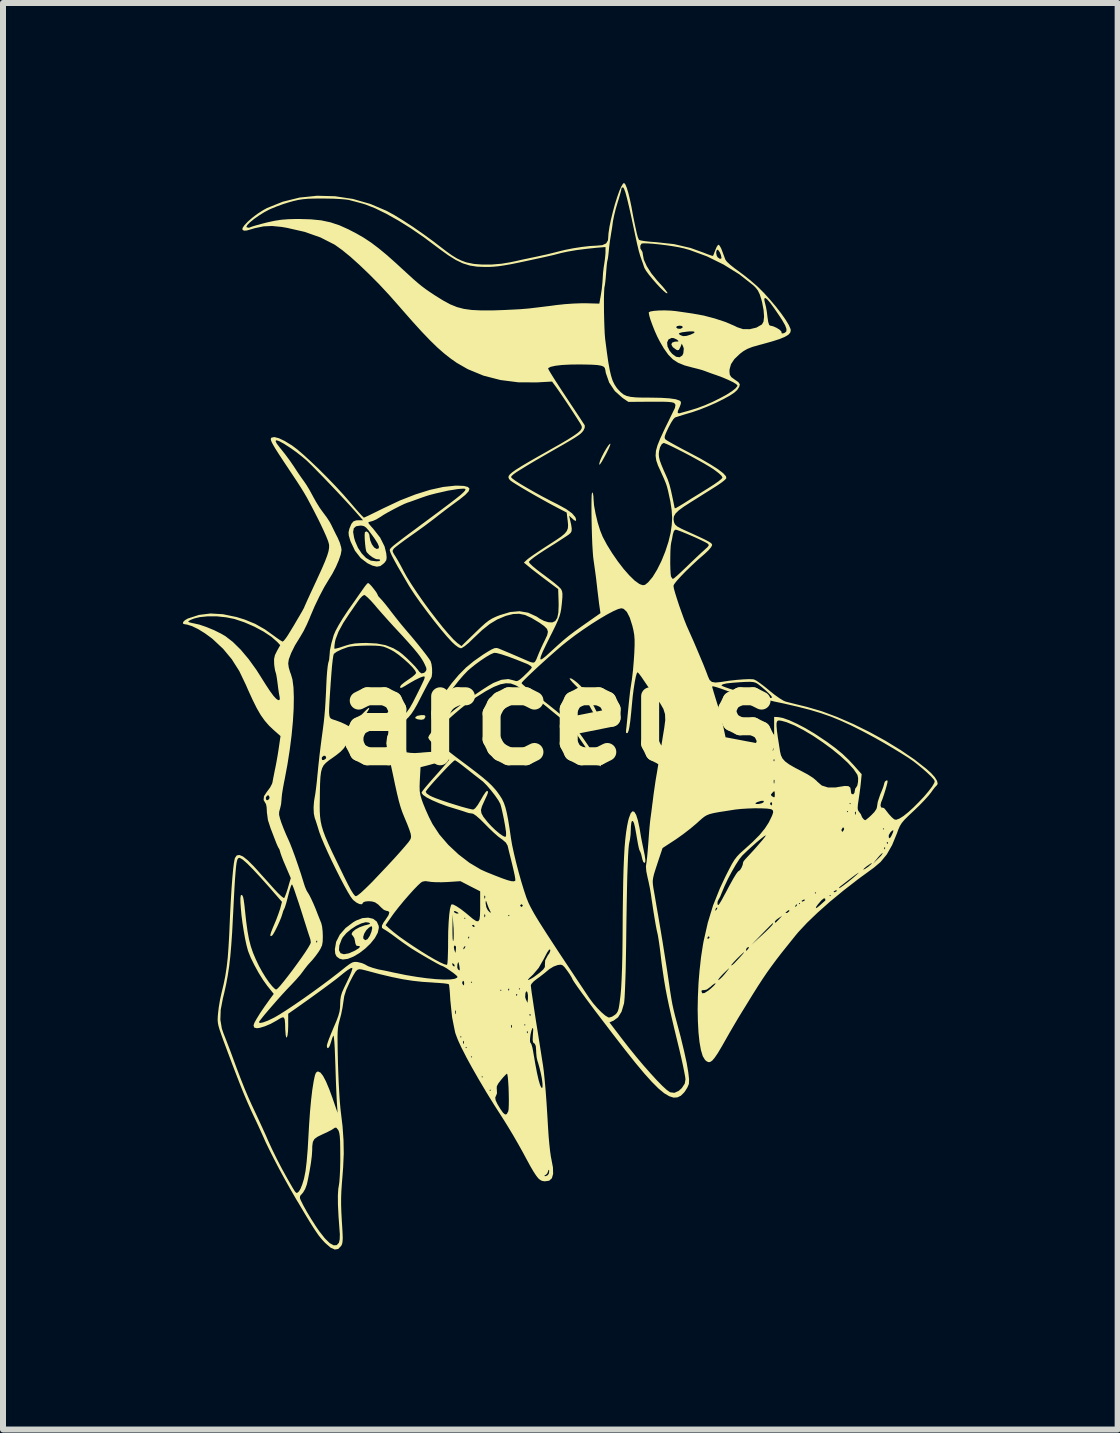
<source format=kicad_pcb>
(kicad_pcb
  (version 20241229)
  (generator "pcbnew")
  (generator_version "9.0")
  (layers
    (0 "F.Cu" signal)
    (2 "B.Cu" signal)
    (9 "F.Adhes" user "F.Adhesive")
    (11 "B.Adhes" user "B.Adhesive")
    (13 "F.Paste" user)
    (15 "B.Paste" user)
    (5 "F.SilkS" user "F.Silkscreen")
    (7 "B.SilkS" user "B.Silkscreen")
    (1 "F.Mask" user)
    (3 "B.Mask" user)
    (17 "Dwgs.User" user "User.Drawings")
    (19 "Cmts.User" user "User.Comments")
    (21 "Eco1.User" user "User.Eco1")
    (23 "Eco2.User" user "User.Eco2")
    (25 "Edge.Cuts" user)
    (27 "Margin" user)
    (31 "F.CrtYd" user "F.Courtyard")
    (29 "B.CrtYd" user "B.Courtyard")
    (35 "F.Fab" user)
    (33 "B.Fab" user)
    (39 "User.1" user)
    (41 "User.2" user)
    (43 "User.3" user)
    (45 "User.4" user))
  (footprint "arceus"
    (layer "F.Cu")
    (at 6.287 8.878)
    (property "Reference" "arceus" (at 0 0 0) (layer "F.SilkS") (effects (font (size 1.5 1.5) (thickness 0.3))))
    (attr board_only exclude_from_pos_files exclude_from_bom)
    (fp_poly (pts (xy -2.248 0.003) (xy -2.248 0.026) (xy -2.269 0.06) (xy -2.316 0.07) (xy -2.374 0.062) (xy -2.412 0.046) (xy -2.413 0.024) (xy -2.381 0.004) (xy -2.324 -0.007) (xy -2.27 -0.008)) (stroke (width 0) (type solid)) (fill yes) (layer "F.SilkS"))
    (fp_poly (pts (xy 0.838 -4.53) (xy 0.831 -4.502) (xy 0.807 -4.445) (xy 0.769 -4.368) (xy 0.743 -4.32) (xy 0.697 -4.237) (xy 0.667 -4.192) (xy 0.653 -4.18) (xy 0.653 -4.201) (xy 0.654 -4.208) (xy 0.668 -4.255) (xy 0.696 -4.318) (xy 0.731 -4.386) (xy 0.769 -4.451) (xy 0.803 -4.502) (xy 0.828 -4.53)) (stroke (width 0) (type solid)) (fill yes) (layer "F.SilkS"))
    (fp_poly (pts (xy 0.184 -0.619) (xy 0.23 -0.591) (xy 0.287 -0.546) (xy 0.344 -0.491) (xy 0.391 -0.435) (xy 0.396 -0.428) (xy 0.456 -0.336) (xy 0.516 -0.237) (xy 0.569 -0.142) (xy 0.611 -0.058) (xy 0.638 0.005) (xy 0.644 0.032) (xy 0.636 0.057) (xy 0.612 0.042) (xy 0.572 -0.015) (xy 0.516 -0.113) (xy 0.485 -0.171) (xy 0.385 -0.342) (xy 0.289 -0.47) (xy 0.256 -0.503) (xy 0.203 -0.557) (xy 0.168 -0.599) (xy 0.157 -0.62) (xy 0.158 -0.621)) (stroke (width 0) (type solid)) (fill yes) (layer "F.SilkS"))
    (fp_poly (pts (xy -3.117 3.387) (xy -3.056 3.434) (xy -3.025 3.504) (xy -3.022 3.537) (xy -3.04 3.619) (xy -3.088 3.708) (xy -3.16 3.798) (xy -3.248 3.883) (xy -3.345 3.958) (xy -3.445 4.017) (xy -3.54 4.055) (xy -3.623 4.066) (xy -3.678 4.052) (xy -3.726 4.016) (xy -3.749 3.97) (xy -3.754 3.911) (xy -3.687 3.911) (xy -3.661 3.96) (xy -3.605 3.978) (xy -3.522 3.963) (xy -3.417 3.916) (xy -3.357 3.878) (xy -3.335 3.852) (xy -3.352 3.841) (xy -3.372 3.841) (xy -3.401 3.831) (xy -3.416 3.788) (xy -3.418 3.767) (xy -3.431 3.71) (xy -3.444 3.689) (xy -3.283 3.689) (xy -3.279 3.721) (xy -3.247 3.744) (xy -3.21 3.726) (xy -3.172 3.669) (xy -3.171 3.666) (xy -3.146 3.603) (xy -3.134 3.55) (xy -3.133 3.543) (xy -3.137 3.514) (xy -3.154 3.514) (xy -3.187 3.534) (xy -3.231 3.577) (xy -3.266 3.634) (xy -3.283 3.689) (xy -3.444 3.689) (xy -3.454 3.674) (xy -3.456 3.672) (xy -3.477 3.643) (xy -3.461 3.607) (xy -3.415 3.567) (xy -3.346 3.529) (xy -3.261 3.498) (xy -3.224 3.489) (xy -3.177 3.476) (xy -3.169 3.464) (xy -3.187 3.451) (xy -3.24 3.444) (xy -3.314 3.464) (xy -3.399 3.504) (xy -3.485 3.56) (xy -3.563 3.625) (xy -3.622 3.694) (xy -3.641 3.727) (xy -3.681 3.833) (xy -3.687 3.911) (xy -3.754 3.911) (xy -3.755 3.898) (xy -3.755 3.894) (xy -3.734 3.771) (xy -3.673 3.651) (xy -3.576 3.54) (xy -3.447 3.443) (xy -3.4 3.416) (xy -3.296 3.376) (xy -3.199 3.368)) (stroke (width 0) (type solid)) (fill yes) (layer "F.SilkS"))
    (fp_poly (pts (xy 1.085 -8.857) (xy 1.11 -8.799) (xy 1.137 -8.71) (xy 1.164 -8.598) (xy 1.189 -8.478) (xy 1.207 -8.378) (xy 1.225 -8.284) (xy 1.24 -8.212) (xy 1.242 -8.2) (xy 1.26 -8.119) (xy 1.277 -8.04) (xy 1.279 -8.033) (xy 1.295 -7.974) (xy 1.312 -7.934) (xy 1.314 -7.931) (xy 1.343 -7.92) (xy 1.407 -7.909) (xy 1.499 -7.899) (xy 1.602 -7.891) (xy 1.898 -7.859) (xy 2.173 -7.795) (xy 2.387 -7.718) (xy 2.461 -7.689) (xy 2.518 -7.669) (xy 2.547 -7.662) (xy 2.548 -7.663) (xy 2.559 -7.686) (xy 2.567 -7.708) (xy 2.601 -7.708) (xy 2.611 -7.663) (xy 2.627 -7.638) (xy 2.663 -7.613) (xy 2.686 -7.619) (xy 2.689 -7.632) (xy 2.68 -7.677) (xy 2.659 -7.726) (xy 2.634 -7.761) (xy 2.623 -7.767) (xy 2.605 -7.749) (xy 2.601 -7.708) (xy 2.567 -7.708) (xy 2.578 -7.737) (xy 2.585 -7.756) (xy 2.609 -7.812) (xy 2.632 -7.846) (xy 2.637 -7.849) (xy 2.657 -7.835) (xy 2.683 -7.789) (xy 2.698 -7.751) (xy 2.725 -7.678) (xy 2.748 -7.616) (xy 2.756 -7.596) (xy 2.782 -7.563) (xy 2.836 -7.513) (xy 2.909 -7.455) (xy 2.96 -7.418) (xy 3.062 -7.342) (xy 3.171 -7.255) (xy 3.268 -7.171) (xy 3.293 -7.149) (xy 3.397 -7.045) (xy 3.5 -6.931) (xy 3.598 -6.815) (xy 3.686 -6.701) (xy 3.759 -6.597) (xy 3.812 -6.509) (xy 3.841 -6.442) (xy 3.844 -6.42) (xy 3.835 -6.383) (xy 3.803 -6.347) (xy 3.745 -6.313) (xy 3.656 -6.276) (xy 3.534 -6.237) (xy 3.373 -6.192) (xy 3.316 -6.177) (xy 3.204 -6.145) (xy 3.122 -6.113) (xy 3.055 -6.075) (xy 2.997 -6.031) (xy 2.904 -5.942) (xy 2.848 -5.858) (xy 2.824 -5.771) (xy 2.822 -5.735) (xy 2.828 -5.682) (xy 2.852 -5.643) (xy 2.905 -5.604) (xy 2.911 -5.6) (xy 2.971 -5.558) (xy 2.995 -5.522) (xy 2.985 -5.48) (xy 2.952 -5.428) (xy 2.906 -5.386) (xy 2.827 -5.333) (xy 2.721 -5.275) (xy 2.598 -5.214) (xy 2.464 -5.155) (xy 2.328 -5.101) (xy 2.198 -5.056) (xy 2.156 -5.044) (xy 2.062 -5.016) (xy 1.982 -4.991) (xy 1.927 -4.973) (xy 1.911 -4.966) (xy 1.886 -4.939) (xy 1.849 -4.882) (xy 1.809 -4.807) (xy 1.801 -4.791) (xy 1.763 -4.709) (xy 1.744 -4.658) (xy 1.742 -4.626) (xy 1.754 -4.605) (xy 1.757 -4.602) (xy 1.787 -4.582) (xy 1.849 -4.546) (xy 1.936 -4.498) (xy 2.041 -4.441) (xy 2.122 -4.399) (xy 2.333 -4.287) (xy 2.502 -4.189) (xy 2.631 -4.107) (xy 2.718 -4.04) (xy 2.764 -3.989) (xy 2.77 -3.956) (xy 2.746 -3.929) (xy 2.694 -3.887) (xy 2.623 -3.838) (xy 2.595 -3.82) (xy 2.511 -3.767) (xy 2.404 -3.7) (xy 2.287 -3.626) (xy 2.178 -3.558) (xy 2.06 -3.482) (xy 1.977 -3.421) (xy 1.924 -3.369) (xy 1.896 -3.321) (xy 1.89 -3.272) (xy 1.898 -3.224) (xy 1.915 -3.186) (xy 1.953 -3.152) (xy 2.021 -3.115) (xy 2.062 -3.096) (xy 2.212 -3.028) (xy 2.327 -2.975) (xy 2.411 -2.935) (xy 2.468 -2.905) (xy 2.504 -2.883) (xy 2.524 -2.866) (xy 2.532 -2.851) (xy 2.533 -2.84) (xy 2.516 -2.807) (xy 2.474 -2.757) (xy 2.413 -2.699) (xy 2.405 -2.692) (xy 2.294 -2.596) (xy 2.188 -2.497) (xy 2.09 -2.402) (xy 2.006 -2.315) (xy 1.941 -2.243) (xy 1.9 -2.189) (xy 1.889 -2.163) (xy 1.896 -2.118) (xy 1.917 -2.042) (xy 1.948 -1.943) (xy 1.985 -1.83) (xy 2.027 -1.712) (xy 2.068 -1.599) (xy 2.107 -1.501) (xy 2.134 -1.44) (xy 2.177 -1.344) (xy 2.228 -1.229) (xy 2.282 -1.102) (xy 2.336 -0.974) (xy 2.386 -0.855) (xy 2.427 -0.752) (xy 2.456 -0.676) (xy 2.465 -0.651) (xy 2.491 -0.594) (xy 2.529 -0.561) (xy 2.589 -0.551) (xy 2.679 -0.56) (xy 2.705 -0.564) (xy 2.822 -0.582) (xy 2.943 -0.595) (xy 3.056 -0.604) (xy 3.152 -0.608) (xy 3.218 -0.605) (xy 3.231 -0.602) (xy 3.27 -0.583) (xy 3.332 -0.54) (xy 3.41 -0.481) (xy 3.482 -0.422) (xy 3.569 -0.351) (xy 3.652 -0.292) (xy 3.72 -0.25) (xy 3.756 -0.234) (xy 3.806 -0.221) (xy 3.89 -0.2) (xy 3.994 -0.174) (xy 4.108 -0.146) (xy 4.122 -0.142) (xy 4.359 -0.073) (xy 4.616 0.023) (xy 4.885 0.14) (xy 5.157 0.274) (xy 5.423 0.42) (xy 5.676 0.575) (xy 5.906 0.732) (xy 6.105 0.888) (xy 6.183 0.958) (xy 6.245 1.027) (xy 6.283 1.09) (xy 6.293 1.14) (xy 6.272 1.17) (xy 6.271 1.17) (xy 6.249 1.192) (xy 6.213 1.238) (xy 6.182 1.282) (xy 6.138 1.337) (xy 6.07 1.412) (xy 5.987 1.498) (xy 5.898 1.584) (xy 5.892 1.589) (xy 5.803 1.673) (xy 5.739 1.737) (xy 5.695 1.789) (xy 5.664 1.839) (xy 5.638 1.896) (xy 5.614 1.963) (xy 5.534 2.157) (xy 5.445 2.314) (xy 5.341 2.44) (xy 5.228 2.536) (xy 4.969 2.725) (xy 4.723 2.916) (xy 4.496 3.103) (xy 4.292 3.284) (xy 4.116 3.453) (xy 3.972 3.607) (xy 3.925 3.663) (xy 3.8 3.819) (xy 3.694 3.951) (xy 3.604 4.068) (xy 3.524 4.176) (xy 3.448 4.282) (xy 3.372 4.394) (xy 3.291 4.519) (xy 3.2 4.664) (xy 3.094 4.837) (xy 3.033 4.935) (xy 2.963 5.05) (xy 2.891 5.172) (xy 2.825 5.285) (xy 2.778 5.368) (xy 2.695 5.514) (xy 2.629 5.625) (xy 2.576 5.703) (xy 2.534 5.752) (xy 2.498 5.775) (xy 2.466 5.775) (xy 2.434 5.757) (xy 2.414 5.738) (xy 2.377 5.677) (xy 2.347 5.577) (xy 2.323 5.444) (xy 2.306 5.283) (xy 2.296 5.099) (xy 2.292 4.898) (xy 2.296 4.685) (xy 2.3 4.599) (xy 2.356 4.599) (xy 2.369 4.629) (xy 2.407 4.624) (xy 2.471 4.583) (xy 2.508 4.553) (xy 2.558 4.507) (xy 2.587 4.474) (xy 2.591 4.462) (xy 2.57 4.469) (xy 2.53 4.499) (xy 2.507 4.52) (xy 2.445 4.566) (xy 2.398 4.577) (xy 2.394 4.576) (xy 2.362 4.578) (xy 2.356 4.599) (xy 2.3 4.599) (xy 2.306 4.466) (xy 2.31 4.411) (xy 2.635 4.411) (xy 2.66 4.395) (xy 2.703 4.354) (xy 2.741 4.311) (xy 2.784 4.258) (xy 2.811 4.222) (xy 2.817 4.211) (xy 2.799 4.226) (xy 2.759 4.264) (xy 2.711 4.311) (xy 2.664 4.362) (xy 2.637 4.398) (xy 2.635 4.411) (xy 2.31 4.411) (xy 2.324 4.245) (xy 2.333 4.167) (xy 2.85 4.167) (xy 2.851 4.167) (xy 2.877 4.152) (xy 2.906 4.126) (xy 2.988 4.038) (xy 3.04 3.98) (xy 3.064 3.95) (xy 3.064 3.944) (xy 3.045 3.959) (xy 3.003 3.998) (xy 2.948 4.052) (xy 2.944 4.056) (xy 2.893 4.11) (xy 2.859 4.149) (xy 2.85 4.167) (xy 2.333 4.167) (xy 2.348 4.029) (xy 2.365 3.918) (xy 3.096 3.918) (xy 3.098 3.922) (xy 3.117 3.908) (xy 3.133 3.889) (xy 3.147 3.862) (xy 3.138 3.856) (xy 3.112 3.873) (xy 3.103 3.889) (xy 3.096 3.918) (xy 2.365 3.918) (xy 2.38 3.822) (xy 2.38 3.821) (xy 3.189 3.821) (xy 3.358 3.666) (xy 3.43 3.599) (xy 3.49 3.54) (xy 3.529 3.498) (xy 3.541 3.483) (xy 3.55 3.458) (xy 3.549 3.456) (xy 3.532 3.471) (xy 3.491 3.511) (xy 3.432 3.571) (xy 3.366 3.638) (xy 3.189 3.821) (xy 2.38 3.821) (xy 2.392 3.756) (xy 2.405 3.7) (xy 2.456 3.7) (xy 2.457 3.72) (xy 2.465 3.722) (xy 2.488 3.706) (xy 2.489 3.7) (xy 2.481 3.678) (xy 2.479 3.678) (xy 2.46 3.693) (xy 2.456 3.7) (xy 2.405 3.7) (xy 2.462 3.448) (xy 2.466 3.436) (xy 3.578 3.436) (xy 3.582 3.453) (xy 3.599 3.445) (xy 3.636 3.407) (xy 3.646 3.397) (xy 3.7 3.338) (xy 3.639 3.377) (xy 3.597 3.409) (xy 3.578 3.435) (xy 3.578 3.436) (xy 2.466 3.436) (xy 2.51 3.291) (xy 3.756 3.291) (xy 3.772 3.291) (xy 3.789 3.286) (xy 3.818 3.262) (xy 3.822 3.25) (xy 3.809 3.243) (xy 3.789 3.256) (xy 3.761 3.282) (xy 3.756 3.291) (xy 2.51 3.291) (xy 2.522 3.253) (xy 2.584 3.253) (xy 2.6 3.242) (xy 2.603 3.239) (xy 2.62 3.21) (xy 2.62 3.209) (xy 4.262 3.209) (xy 4.283 3.201) (xy 4.325 3.167) (xy 4.375 3.122) (xy 4.409 3.092) (xy 4.419 3.085) (xy 4.42 3.064) (xy 4.417 3.052) (xy 4.398 3.045) (xy 4.357 3.077) (xy 4.346 3.089) (xy 4.295 3.149) (xy 4.266 3.19) (xy 4.262 3.209) (xy 2.62 3.209) (xy 2.618 3.199) (xy 2.601 3.206) (xy 2.59 3.227) (xy 2.584 3.253) (xy 2.522 3.253) (xy 2.542 3.187) (xy 3.917 3.187) (xy 3.92 3.189) (xy 3.94 3.173) (xy 3.944 3.167) (xy 3.95 3.146) (xy 3.947 3.144) (xy 3.927 3.16) (xy 3.922 3.167) (xy 3.917 3.187) (xy 2.542 3.187) (xy 2.55 3.161) (xy 2.562 3.132) (xy 2.622 3.132) (xy 2.628 3.157) (xy 2.643 3.154) (xy 2.657 3.133) (xy 3.978 3.133) (xy 3.989 3.144) (xy 4 3.133) (xy 3.989 3.122) (xy 3.978 3.133) (xy 2.657 3.133) (xy 2.662 3.126) (xy 2.685 3.087) (xy 4.025 3.087) (xy 4.031 3.099) (xy 4.043 3.1) (xy 4.073 3.084) (xy 4.078 3.078) (xy 4.074 3.065) (xy 4.057 3.069) (xy 4.025 3.087) (xy 2.685 3.087) (xy 2.696 3.069) (xy 2.733 3) (xy 4.489 3) (xy 4.5 3.011) (xy 4.511 3) (xy 4.5 2.989) (xy 4.489 3) (xy 2.733 3) (xy 2.736 2.994) (xy 2.745 2.978) (xy 2.757 2.956) (xy 4.244 2.956) (xy 4.256 2.967) (xy 4.267 2.956) (xy 4.256 2.944) (xy 4.244 2.956) (xy 2.757 2.956) (xy 2.77 2.932) (xy 4.559 2.932) (xy 4.564 2.943) (xy 4.576 2.944) (xy 4.607 2.928) (xy 4.611 2.922) (xy 4.607 2.91) (xy 4.59 2.914) (xy 4.559 2.932) (xy 2.77 2.932) (xy 2.802 2.871) (xy 4.647 2.871) (xy 4.651 2.877) (xy 4.675 2.864) (xy 4.725 2.829) (xy 4.791 2.779) (xy 4.823 2.753) (xy 4.892 2.697) (xy 4.945 2.651) (xy 4.974 2.623) (xy 4.978 2.618) (xy 4.961 2.627) (xy 4.912 2.661) (xy 4.833 2.721) (xy 4.727 2.803) (xy 4.668 2.849) (xy 4.647 2.871) (xy 2.802 2.871) (xy 2.825 2.828) (xy 2.887 2.716) (xy 2.933 2.641) (xy 2.965 2.599) (xy 2.98 2.589) (xy 3.001 2.571) (xy 3.005 2.564) (xy 5.054 2.564) (xy 5.057 2.567) (xy 5.086 2.553) (xy 5.133 2.521) (xy 5.144 2.512) (xy 5.188 2.473) (xy 5.192 2.467) (xy 5.215 2.467) (xy 5.301 2.384) (xy 5.347 2.337) (xy 5.373 2.302) (xy 5.376 2.291) (xy 5.358 2.301) (xy 5.322 2.337) (xy 5.291 2.374) (xy 5.215 2.467) (xy 5.192 2.467) (xy 5.198 2.458) (xy 5.176 2.467) (xy 5.126 2.501) (xy 5.111 2.511) (xy 5.07 2.545) (xy 5.054 2.564) (xy 3.005 2.564) (xy 3.026 2.529) (xy 3.044 2.482) (xy 3.048 2.451) (xy 3.06 2.425) (xy 3.093 2.386) (xy 3.095 2.384) (xy 3.164 2.31) (xy 3.238 2.229) (xy 3.254 2.211) (xy 5.4 2.211) (xy 5.408 2.229) (xy 5.415 2.226) (xy 5.417 2.2) (xy 5.415 2.196) (xy 5.402 2.199) (xy 5.4 2.211) (xy 3.254 2.211) (xy 3.309 2.148) (xy 3.331 2.122) (xy 5.444 2.122) (xy 5.453 2.141) (xy 5.459 2.137) (xy 5.462 2.111) (xy 5.459 2.107) (xy 5.446 2.11) (xy 5.444 2.122) (xy 3.331 2.122) (xy 3.37 2.077) (xy 3.409 2.028) (xy 5.477 2.028) (xy 5.49 2.046) (xy 5.508 2.029) (xy 5.523 2.002) (xy 5.546 1.951) (xy 5.556 1.915) (xy 5.543 1.913) (xy 5.512 1.938) (xy 5.509 1.941) (xy 5.478 1.992) (xy 5.477 2.028) (xy 3.409 2.028) (xy 3.412 2.024) (xy 3.427 2.001) (xy 3.422 1.997) (xy 3.391 2.018) (xy 3.339 2.059) (xy 3.273 2.114) (xy 3.199 2.18) (xy 3.123 2.249) (xy 3.051 2.318) (xy 3.034 2.335) (xy 2.987 2.394) (xy 2.928 2.485) (xy 2.864 2.596) (xy 2.799 2.718) (xy 2.741 2.841) (xy 2.693 2.955) (xy 2.688 2.967) (xy 2.665 3.024) (xy 2.643 3.062) (xy 2.641 3.066) (xy 2.626 3.096) (xy 2.622 3.132) (xy 2.562 3.132) (xy 2.664 2.877) (xy 2.755 2.683) (xy 2.817 2.561) (xy 2.865 2.47) (xy 2.907 2.402) (xy 2.948 2.349) (xy 2.994 2.3) (xy 3.052 2.248) (xy 3.06 2.241) (xy 3.208 2.107) (xy 3.324 1.99) (xy 3.386 1.914) (xy 4.689 1.914) (xy 4.7 1.936) (xy 4.711 1.933) (xy 4.731 1.901) (xy 4.733 1.889) (xy 5.378 1.889) (xy 5.389 1.9) (xy 5.4 1.889) (xy 5.389 1.878) (xy 5.378 1.889) (xy 4.733 1.889) (xy 4.733 1.886) (xy 4.722 1.864) (xy 4.711 1.867) (xy 4.691 1.899) (xy 4.689 1.914) (xy 3.386 1.914) (xy 3.411 1.884) (xy 3.476 1.784) (xy 3.489 1.758) (xy 3.531 1.672) (xy 3.549 1.62) (xy 4.913 1.62) (xy 4.917 1.649) (xy 4.925 1.65) (xy 4.93 1.62) (xy 4.926 1.607) (xy 4.916 1.599) (xy 4.913 1.62) (xy 3.549 1.62) (xy 3.55 1.617) (xy 3.549 1.6) (xy 4.778 1.6) (xy 4.789 1.611) (xy 4.8 1.6) (xy 4.789 1.589) (xy 4.778 1.6) (xy 3.549 1.6) (xy 3.548 1.584) (xy 3.527 1.565) (xy 3.506 1.558) (xy 3.446 1.55) (xy 3.355 1.546) (xy 3.244 1.545) (xy 3.127 1.549) (xy 3.015 1.556) (xy 2.92 1.566) (xy 2.913 1.567) (xy 2.761 1.591) (xy 2.645 1.609) (xy 2.559 1.625) (xy 2.495 1.641) (xy 2.446 1.66) (xy 2.405 1.684) (xy 2.364 1.716) (xy 2.317 1.758) (xy 2.273 1.798) (xy 2.172 1.883) (xy 2.053 1.975) (xy 1.938 2.057) (xy 1.903 2.08) (xy 1.707 2.208) (xy 1.634 2.426) (xy 1.594 2.548) (xy 1.566 2.637) (xy 1.55 2.704) (xy 1.543 2.757) (xy 1.545 2.806) (xy 1.552 2.86) (xy 1.555 2.879) (xy 1.567 2.946) (xy 1.584 3.044) (xy 1.604 3.163) (xy 1.626 3.289) (xy 1.632 3.322) (xy 1.654 3.453) (xy 1.676 3.582) (xy 1.695 3.698) (xy 1.71 3.786) (xy 1.712 3.8) (xy 1.728 3.902) (xy 1.745 4.008) (xy 1.756 4.078) (xy 1.768 4.152) (xy 1.784 4.255) (xy 1.801 4.37) (xy 1.812 4.444) (xy 1.834 4.596) (xy 1.853 4.715) (xy 1.871 4.814) (xy 1.891 4.905) (xy 1.914 5) (xy 1.932 5.067) (xy 2.007 5.349) (xy 2.065 5.589) (xy 2.109 5.789) (xy 2.136 5.947) (xy 2.149 6.063) (xy 2.146 6.139) (xy 2.145 6.142) (xy 2.122 6.197) (xy 2.082 6.262) (xy 2.064 6.285) (xy 2.012 6.336) (xy 1.955 6.364) (xy 1.891 6.368) (xy 1.819 6.345) (xy 1.736 6.296) (xy 1.64 6.217) (xy 1.53 6.107) (xy 1.402 5.965) (xy 1.255 5.789) (xy 1.087 5.578) (xy 1.035 5.511) (xy 0.87 5.298) (xy 0.72 5.101) (xy 0.584 4.923) (xy 0.467 4.766) (xy 0.368 4.632) (xy 0.291 4.525) (xy 0.236 4.445) (xy 0.206 4.397) (xy 0.201 4.383) (xy 0.188 4.358) (xy 0.157 4.308) (xy 0.12 4.255) (xy 0.074 4.194) (xy 0.041 4.162) (xy 0.009 4.152) (xy -0.035 4.157) (xy -0.041 4.158) (xy -0.109 4.183) (xy -0.18 4.226) (xy -0.201 4.243) (xy -0.267 4.298) (xy -0.346 4.359) (xy -0.384 4.386) (xy -0.441 4.431) (xy -0.479 4.473) (xy -0.489 4.496) (xy -0.485 4.534) (xy -0.475 4.615) (xy -0.457 4.734) (xy -0.434 4.889) (xy -0.405 5.078) (xy -0.37 5.298) (xy -0.352 5.411) (xy -0.333 5.532) (xy -0.314 5.652) (xy -0.298 5.755) (xy -0.287 5.822) (xy -0.272 5.933) (xy -0.257 6.082) (xy -0.241 6.262) (xy -0.226 6.467) (xy -0.212 6.69) (xy -0.201 6.878) (xy -0.192 7.014) (xy -0.18 7.147) (xy -0.167 7.265) (xy -0.154 7.356) (xy -0.147 7.389) (xy -0.12 7.532) (xy -0.117 7.639) (xy -0.138 7.712) (xy -0.183 7.753) (xy -0.254 7.763) (xy -0.263 7.762) (xy -0.298 7.757) (xy -0.33 7.742) (xy -0.363 7.715) (xy -0.398 7.671) (xy -0.265 7.671) (xy -0.253 7.677) (xy -0.24 7.677) (xy -0.205 7.659) (xy -0.188 7.632) (xy -0.182 7.589) (xy -0.187 7.572) (xy -0.198 7.578) (xy -0.2 7.595) (xy -0.217 7.635) (xy -0.239 7.654) (xy -0.265 7.671) (xy -0.398 7.671) (xy -0.399 7.67) (xy -0.443 7.603) (xy -0.498 7.509) (xy -0.567 7.382) (xy -0.62 7.283) (xy -0.696 7.147) (xy -0.784 6.994) (xy -0.875 6.843) (xy -0.953 6.718) (xy -1.098 6.492) (xy -1.176 6.366) (xy -1.082 6.366) (xy -1.076 6.41) (xy -1.047 6.473) (xy -1 6.552) (xy -0.952 6.62) (xy -0.917 6.65) (xy -0.89 6.642) (xy -0.866 6.598) (xy -0.865 6.597) (xy -0.859 6.558) (xy -0.856 6.489) (xy -0.855 6.4) (xy -0.857 6.299) (xy -0.86 6.198) (xy -0.866 6.105) (xy -0.872 6.029) (xy -0.88 5.981) (xy -0.887 5.968) (xy -0.907 5.985) (xy -0.946 6.026) (xy -0.984 6.071) (xy -1.033 6.135) (xy -1.056 6.181) (xy -1.057 6.224) (xy -1.055 6.237) (xy -1.053 6.298) (xy -1.067 6.333) (xy -1.082 6.366) (xy -1.176 6.366) (xy -1.235 6.27) (xy -1.25 6.244) (xy -1.178 6.244) (xy -1.167 6.256) (xy -1.156 6.244) (xy -1.167 6.233) (xy -1.178 6.244) (xy -1.25 6.244) (xy -1.36 6.059) (xy -1.381 6.022) (xy -1.311 6.022) (xy -1.3 6.033) (xy -1.289 6.022) (xy -1.3 6.011) (xy -1.311 6.022) (xy -1.381 6.022) (xy -1.473 5.861) (xy -1.567 5.689) (xy -1.489 5.689) (xy -1.478 5.7) (xy -1.467 5.689) (xy -1.478 5.678) (xy -1.489 5.689) (xy -1.567 5.689) (xy -1.57 5.682) (xy -1.646 5.533) (xy -1.578 5.533) (xy -1.567 5.544) (xy -1.556 5.533) (xy -1.567 5.522) (xy -1.578 5.533) (xy -1.646 5.533) (xy -1.65 5.525) (xy -1.688 5.443) (xy -1.62 5.443) (xy -1.616 5.471) (xy -1.609 5.472) (xy -1.603 5.442) (xy -1.607 5.429) (xy -1.609 5.428) (xy -0.503 5.428) (xy -0.496 5.455) (xy -0.493 5.456) (xy -0.48 5.476) (xy -0.464 5.529) (xy -0.449 5.603) (xy -0.449 5.606) (xy -0.415 5.804) (xy -0.385 5.961) (xy -0.358 6.078) (xy -0.334 6.159) (xy -0.314 6.2) (xy -0.3 6.209) (xy -0.293 6.182) (xy -0.295 6.128) (xy -0.304 6.055) (xy -0.32 5.972) (xy -0.323 5.958) (xy -0.344 5.872) (xy -0.365 5.797) (xy -0.38 5.75) (xy -0.38 5.749) (xy -0.392 5.696) (xy -0.399 5.622) (xy -0.4 5.587) (xy -0.406 5.509) (xy -0.423 5.47) (xy -0.433 5.464) (xy -0.451 5.447) (xy -0.458 5.408) (xy -0.455 5.337) (xy -0.454 5.315) (xy -0.449 5.239) (xy -0.453 5.206) (xy -0.462 5.211) (xy -0.479 5.253) (xy -0.493 5.312) (xy -0.501 5.376) (xy -0.503 5.428) (xy -1.609 5.428) (xy -1.617 5.421) (xy -1.62 5.443) (xy -1.688 5.443) (xy -1.709 5.395) (xy -1.724 5.356) (xy -1.667 5.356) (xy -1.656 5.367) (xy -1.644 5.356) (xy -1.656 5.344) (xy -1.667 5.356) (xy -1.724 5.356) (xy -1.746 5.296) (xy -1.751 5.278) (xy -0.556 5.278) (xy -0.547 5.296) (xy -0.541 5.293) (xy -0.538 5.266) (xy -0.541 5.263) (xy -0.554 5.266) (xy -0.556 5.278) (xy -1.751 5.278) (xy -1.772 5.176) (xy -0.82 5.176) (xy -0.816 5.205) (xy -0.809 5.205) (xy -0.803 5.175) (xy -0.807 5.162) (xy -0.815 5.156) (xy -0.6 5.156) (xy -0.589 5.167) (xy -0.578 5.156) (xy -0.589 5.144) (xy -0.6 5.156) (xy -0.815 5.156) (xy -0.817 5.154) (xy -0.82 5.176) (xy -1.772 5.176) (xy -1.801 5.028) (xy -1.805 4.989) (xy -0.511 4.989) (xy -0.503 5.007) (xy -0.496 5.004) (xy -0.494 4.977) (xy -0.496 4.974) (xy -0.51 4.977) (xy -0.511 4.989) (xy -1.805 4.989) (xy -1.81 4.944) (xy -1.752 4.944) (xy -1.749 4.976) (xy -1.741 4.972) (xy -1.738 4.927) (xy -1.741 4.917) (xy -1.749 4.914) (xy -1.752 4.944) (xy -1.81 4.944) (xy -1.831 4.742) (xy -1.833 4.703) (xy -1.834 4.693) (xy -0.583 4.693) (xy -0.571 4.731) (xy -0.544 4.788) (xy -0.537 4.72) (xy -0.537 4.659) (xy -0.545 4.615) (xy -0.558 4.593) (xy -0.572 4.61) (xy -0.579 4.626) (xy -0.583 4.693) (xy -1.834 4.693) (xy -1.836 4.656) (xy -0.733 4.656) (xy -0.725 4.674) (xy -0.719 4.67) (xy -0.716 4.644) (xy -0.719 4.641) (xy -0.732 4.644) (xy -0.733 4.656) (xy -1.836 4.656) (xy -1.839 4.611) (xy -1.842 4.578) (xy -1 4.578) (xy -0.989 4.589) (xy -0.978 4.578) (xy -0.989 4.567) (xy -0.867 4.567) (xy -0.859 4.585) (xy -0.852 4.581) (xy -0.849 4.556) (xy -0.689 4.556) (xy -0.678 4.567) (xy -0.667 4.556) (xy -0.678 4.544) (xy -0.689 4.556) (xy -0.849 4.556) (xy -0.849 4.555) (xy -0.852 4.552) (xy -0.865 4.555) (xy -0.867 4.567) (xy -0.989 4.567) (xy -1 4.578) (xy -1.842 4.578) (xy -1.846 4.536) (xy -1.852 4.489) (xy -1.855 4.479) (xy -1.88 4.471) (xy -1.94 4.463) (xy -2.026 4.456) (xy -2.107 4.451) (xy -1.633 4.451) (xy -1.63 4.467) (xy -1.613 4.498) (xy -1.602 4.485) (xy -1.6 4.454) (xy -1.603 4.444) (xy -1.489 4.444) (xy -1.478 4.456) (xy -1.467 4.444) (xy -1.478 4.433) (xy -1.489 4.444) (xy -1.603 4.444) (xy -1.608 4.423) (xy -1.621 4.422) (xy -1.633 4.451) (xy -2.107 4.451) (xy -2.128 4.449) (xy -2.299 4.438) (xy -2.462 4.42) (xy -2.571 4.403) (xy -0.537 4.403) (xy -0.53 4.408) (xy -0.492 4.39) (xy -0.482 4.385) (xy -0.437 4.357) (xy -0.376 4.312) (xy -0.337 4.282) (xy -0.281 4.231) (xy -0.255 4.192) (xy -0.254 4.156) (xy -0.254 4.152) (xy -0.25 4.081) (xy -0.205 3.995) (xy -0.181 3.963) (xy -0.164 3.921) (xy -0.168 3.898) (xy -0.185 3.903) (xy -0.215 3.946) (xy -0.256 4.023) (xy -0.268 4.048) (xy -0.358 4.206) (xy -0.453 4.318) (xy -0.512 4.373) (xy -0.537 4.403) (xy -2.571 4.403) (xy -2.627 4.394) (xy -2.804 4.358) (xy -3.003 4.311) (xy -3.233 4.25) (xy -3.244 4.247) (xy -3.305 4.232) (xy -3.349 4.227) (xy -3.383 4.239) (xy -3.414 4.273) (xy -3.451 4.335) (xy -3.5 4.429) (xy -3.509 4.446) (xy -3.565 4.569) (xy -3.599 4.676) (xy -3.613 4.768) (xy -3.628 4.869) (xy -3.651 4.983) (xy -3.673 5.065) (xy -3.686 5.115) (xy -3.697 5.163) (xy -3.704 5.215) (xy -3.709 5.278) (xy -3.711 5.359) (xy -3.71 5.463) (xy -3.708 5.598) (xy -3.704 5.771) (xy -3.704 5.787) (xy -3.698 5.958) (xy -3.691 6.128) (xy -3.682 6.288) (xy -3.673 6.429) (xy -3.663 6.54) (xy -3.658 6.589) (xy -3.627 6.847) (xy -3.611 7.079) (xy -3.607 7.3) (xy -3.617 7.527) (xy -3.625 7.633) (xy -3.638 7.796) (xy -3.647 7.928) (xy -3.651 8.043) (xy -3.651 8.156) (xy -3.647 8.279) (xy -3.639 8.427) (xy -3.634 8.504) (xy -3.627 8.624) (xy -3.624 8.709) (xy -3.627 8.766) (xy -3.634 8.806) (xy -3.648 8.836) (xy -3.653 8.843) (xy -3.7 8.891) (xy -3.756 8.9) (xy -3.825 8.87) (xy -3.907 8.799) (xy -3.924 8.783) (xy -3.96 8.744) (xy -3.994 8.705) (xy -4.03 8.659) (xy -4.069 8.602) (xy -4.116 8.531) (xy -4.174 8.439) (xy -4.245 8.322) (xy -4.332 8.175) (xy -4.412 8.042) (xy -4.338 8.042) (xy -4.326 8.074) (xy -4.281 8.165) (xy -4.218 8.278) (xy -4.145 8.399) (xy -4.07 8.516) (xy -4.016 8.594) (xy -3.922 8.714) (xy -3.842 8.793) (xy -3.776 8.83) (xy -3.724 8.827) (xy -3.688 8.787) (xy -3.675 8.734) (xy -3.672 8.648) (xy -3.676 8.593) (xy -3.694 8.35) (xy -3.704 8.152) (xy -3.705 7.997) (xy -3.698 7.886) (xy -3.69 7.841) (xy -3.681 7.781) (xy -3.674 7.686) (xy -3.668 7.565) (xy -3.665 7.426) (xy -3.665 7.35) (xy -3.666 7.202) (xy -3.668 7.093) (xy -3.673 7.015) (xy -3.681 6.961) (xy -3.691 6.925) (xy -3.701 6.906) (xy -3.73 6.87) (xy -3.754 6.869) (xy -3.774 6.883) (xy -3.812 6.907) (xy -3.878 6.941) (xy -3.957 6.978) (xy -3.96 6.979) (xy -4.044 7.02) (xy -4.096 7.058) (xy -4.122 7.106) (xy -4.132 7.178) (xy -4.133 7.244) (xy -4.139 7.336) (xy -4.154 7.456) (xy -4.177 7.593) (xy -4.204 7.733) (xy -4.222 7.814) (xy -4.249 7.888) (xy -4.285 7.95) (xy -4.299 7.966) (xy -4.334 8.006) (xy -4.338 8.042) (xy -4.412 8.042) (xy -4.423 8.022) (xy -4.508 7.875) (xy -4.598 7.714) (xy -4.689 7.546) (xy -4.774 7.383) (xy -4.85 7.232) (xy -4.912 7.104) (xy -4.943 7.033) (xy -4.97 6.973) (xy -5.01 6.885) (xy -5.058 6.781) (xy -5.102 6.688) (xy -5.156 6.573) (xy -5.208 6.456) (xy -5.262 6.33) (xy -5.319 6.19) (xy -5.382 6.029) (xy -5.455 5.839) (xy -5.539 5.616) (xy -5.558 5.564) (xy -5.612 5.42) (xy -5.651 5.311) (xy -5.679 5.229) (xy -5.697 5.165) (xy -5.706 5.114) (xy -5.709 5.069) (xy -5.664 5.069) (xy -5.639 5.217) (xy -5.613 5.293) (xy -5.582 5.371) (xy -5.542 5.475) (xy -5.499 5.587) (xy -5.478 5.644) (xy -5.396 5.867) (xy -5.324 6.056) (xy -5.259 6.219) (xy -5.197 6.365) (xy -5.135 6.503) (xy -5.084 6.611) (xy -5.025 6.737) (xy -4.963 6.872) (xy -4.905 6.999) (xy -4.862 7.098) (xy -4.801 7.23) (xy -4.724 7.387) (xy -4.637 7.555) (xy -4.545 7.721) (xy -4.458 7.873) (xy -4.456 7.876) (xy -4.421 7.932) (xy -4.398 7.956) (xy -4.378 7.953) (xy -4.354 7.931) (xy -4.329 7.89) (xy -4.3 7.818) (xy -4.273 7.731) (xy -4.268 7.711) (xy -4.244 7.591) (xy -4.225 7.431) (xy -4.208 7.228) (xy -4.2 7.089) (xy -4.185 6.823) (xy -4.169 6.596) (xy -4.151 6.404) (xy -4.132 6.242) (xy -4.11 6.105) (xy -4.105 6.078) (xy -4.088 5.998) (xy -4.071 5.954) (xy -4.05 5.936) (xy -4.034 5.933) (xy -3.995 5.951) (xy -3.952 6.006) (xy -3.903 6.099) (xy -3.847 6.233) (xy -3.794 6.378) (xy -3.71 6.622) (xy -3.722 6.444) (xy -3.726 6.367) (xy -3.731 6.255) (xy -3.737 6.118) (xy -3.742 5.968) (xy -3.747 5.814) (xy -3.748 5.795) (xy -3.753 5.656) (xy -3.758 5.535) (xy -3.764 5.437) (xy -3.771 5.368) (xy -3.776 5.335) (xy -3.778 5.334) (xy -3.793 5.359) (xy -3.811 5.413) (xy -3.82 5.444) (xy -3.841 5.506) (xy -3.863 5.54) (xy -3.881 5.542) (xy -3.889 5.507) (xy -3.889 5.502) (xy -3.88 5.466) (xy -3.857 5.398) (xy -3.822 5.31) (xy -3.78 5.209) (xy -3.778 5.204) (xy -3.729 5.09) (xy -3.697 5.003) (xy -3.678 4.934) (xy -3.669 4.871) (xy -3.667 4.807) (xy -3.664 4.738) (xy -3.655 4.679) (xy -3.636 4.615) (xy -3.601 4.536) (xy -3.556 4.444) (xy -3.514 4.354) (xy -3.482 4.278) (xy -3.465 4.225) (xy -3.464 4.205) (xy -3.488 4.209) (xy -3.537 4.238) (xy -3.6 4.285) (xy -3.625 4.305) (xy -3.722 4.384) (xy -3.855 4.484) (xy -4.018 4.604) (xy -4.208 4.741) (xy -4.394 4.873) (xy -4.533 4.97) (xy -4.533 5.168) (xy -4.536 5.263) (xy -4.544 5.329) (xy -4.555 5.364) (xy -4.566 5.364) (xy -4.575 5.326) (xy -4.581 5.247) (xy -4.582 5.239) (xy -4.585 5.133) (xy -4.591 5.066) (xy -4.605 5.034) (xy -4.631 5.03) (xy -4.674 5.051) (xy -4.729 5.085) (xy -4.825 5.138) (xy -4.924 5.18) (xy -5.011 5.206) (xy -5.056 5.211) (xy -5.099 5.201) (xy -5.111 5.165) (xy -5.098 5.124) (xy -5.091 5.111) (xy -5.022 5.111) (xy -5.004 5.124) (xy -4.954 5.115) (xy -4.877 5.087) (xy -4.779 5.04) (xy -4.761 5.031) (xy -4.677 4.982) (xy -4.565 4.911) (xy -4.433 4.823) (xy -4.286 4.722) (xy -4.133 4.614) (xy -3.981 4.503) (xy -3.836 4.395) (xy -3.706 4.295) (xy -3.657 4.256) (xy -3.571 4.187) (xy -3.51 4.142) (xy -3.466 4.116) (xy -3.431 4.106) (xy -3.394 4.106) (xy -3.369 4.11) (xy -3.303 4.126) (xy -3.252 4.148) (xy -3.245 4.153) (xy -3.197 4.179) (xy -3.12 4.206) (xy -3.029 4.231) (xy -2.978 4.241) (xy -2.929 4.25) (xy -2.853 4.266) (xy -2.764 4.286) (xy -2.756 4.287) (xy -2.571 4.325) (xy -2.392 4.355) (xy -2.224 4.378) (xy -2.071 4.393) (xy -1.939 4.4) (xy -1.832 4.398) (xy -1.756 4.387) (xy -1.716 4.367) (xy -1.711 4.354) (xy -1.728 4.333) (xy -1.772 4.296) (xy -1.831 4.254) (xy -1.893 4.212) (xy -1.919 4.197) (xy -1.715 4.197) (xy -1.704 4.228) (xy -1.68 4.249) (xy -1.673 4.229) (xy -1.681 4.168) (xy -1.682 4.165) (xy -1.693 4.117) (xy -1.7 4.109) (xy -1.71 4.138) (xy -1.712 4.144) (xy -1.715 4.197) (xy -1.919 4.197) (xy -1.947 4.181) (xy -1.981 4.167) (xy -1.983 4.167) (xy -2.006 4.156) (xy -2.059 4.128) (xy -2.132 4.087) (xy -2.218 4.038) (xy -2.307 3.986) (xy -2.39 3.936) (xy -2.46 3.893) (xy -2.467 3.889) (xy -2.531 3.846) (xy -2.616 3.787) (xy -2.706 3.722) (xy -2.734 3.701) (xy -2.811 3.644) (xy -2.879 3.597) (xy -2.926 3.567) (xy -2.939 3.561) (xy -2.97 3.538) (xy -2.971 3.501) (xy -2.967 3.493) (xy -2.91 3.493) (xy -2.849 3.548) (xy -2.772 3.613) (xy -2.675 3.688) (xy -2.563 3.767) (xy -2.443 3.848) (xy -2.321 3.927) (xy -2.203 4) (xy -2.095 4.063) (xy -2.003 4.112) (xy -1.933 4.144) (xy -1.891 4.155) (xy -1.885 4.153) (xy -1.881 4.136) (xy -1.8 4.136) (xy -1.789 4.169) (xy -1.767 4.182) (xy -1.759 4.177) (xy -1.762 4.155) (xy -1.774 4.14) (xy -1.796 4.127) (xy -1.8 4.136) (xy -1.881 4.136) (xy -1.879 4.128) (xy -1.874 4.067) (xy -1.871 3.976) (xy -1.868 3.863) (xy -1.868 3.859) (xy -1.772 3.859) (xy -1.764 3.904) (xy -1.764 3.904) (xy -1.746 3.956) (xy -1.738 3.904) (xy -1.738 3.897) (xy -1.616 3.897) (xy -1.6 3.887) (xy -1.597 3.884) (xy -1.58 3.855) (xy -1.582 3.844) (xy -1.599 3.851) (xy -1.61 3.871) (xy -1.616 3.897) (xy -1.738 3.897) (xy -1.736 3.858) (xy -1.743 3.839) (xy -1.763 3.833) (xy -1.772 3.859) (xy -1.868 3.859) (xy -1.868 3.771) (xy -1.866 3.6) (xy -1.864 3.556) (xy -1.795 3.556) (xy -1.794 3.648) (xy -1.792 3.717) (xy -1.787 3.755) (xy -1.781 3.756) (xy -1.775 3.714) (xy -1.775 3.7) (xy -1.533 3.7) (xy -1.525 3.718) (xy -1.519 3.715) (xy -1.516 3.688) (xy -1.519 3.685) (xy -1.532 3.688) (xy -1.533 3.7) (xy -1.775 3.7) (xy -1.774 3.641) (xy -1.776 3.55) (xy -1.779 3.511) (xy -1.78 3.499) (xy -1.467 3.499) (xy -1.451 3.521) (xy -1.444 3.522) (xy -1.423 3.515) (xy -1.422 3.512) (xy -1.438 3.493) (xy -1.444 3.489) (xy -1.465 3.491) (xy -1.467 3.499) (xy -1.78 3.499) (xy -1.788 3.378) (xy -1.6 3.378) (xy -1.589 3.389) (xy -1.578 3.378) (xy -1.589 3.367) (xy -1.6 3.378) (xy -1.788 3.378) (xy -1.792 3.311) (xy -1.795 3.556) (xy -1.864 3.556) (xy -1.859 3.448) (xy -1.849 3.321) (xy -1.841 3.261) (xy -1.771 3.261) (xy -1.767 3.278) (xy -1.735 3.297) (xy -1.715 3.3) (xy -1.69 3.296) (xy -1.707 3.281) (xy -1.711 3.278) (xy -1.752 3.258) (xy -1.771 3.261) (xy -1.841 3.261) (xy -1.836 3.224) (xy -1.82 3.163) (xy -1.81 3.147) (xy -1.783 3.149) (xy -1.729 3.177) (xy -1.655 3.226) (xy -1.569 3.293) (xy -1.53 3.326) (xy -1.453 3.39) (xy -1.4 3.425) (xy -1.365 3.429) (xy -1.345 3.399) (xy -1.336 3.331) (xy -1.265 3.331) (xy -1.261 3.36) (xy -1.253 3.361) (xy -1.248 3.333) (xy -0.867 3.333) (xy -0.856 3.344) (xy -0.844 3.333) (xy -0.856 3.322) (xy -0.867 3.333) (xy -1.248 3.333) (xy -1.248 3.331) (xy -1.251 3.318) (xy -1.261 3.31) (xy -1.265 3.331) (xy -1.336 3.331) (xy -1.336 3.331) (xy -1.333 3.222) (xy -1.333 3.181) (xy -1.333 3.129) (xy -1.242 3.129) (xy -1.23 3.195) (xy -1.206 3.244) (xy -1.174 3.278) (xy -1.157 3.287) (xy -1.161 3.268) (xy -1.17 3.251) (xy -1.189 3.211) (xy -1.206 3.167) (xy -0.667 3.167) (xy -0.65 3.188) (xy -0.644 3.189) (xy -0.623 3.172) (xy -0.622 3.167) (xy -0.639 3.145) (xy -0.644 3.144) (xy -0.666 3.161) (xy -0.667 3.167) (xy -1.206 3.167) (xy -1.212 3.152) (xy -1.214 3.144) (xy -1.231 3.096) (xy -1.239 3.087) (xy -1.242 3.116) (xy -1.242 3.129) (xy -1.333 3.129) (xy -1.333 3.02) (xy -1.265 3.02) (xy -1.261 3.049) (xy -1.253 3.05) (xy -1.248 3.02) (xy -1.251 3.007) (xy -1.261 2.999) (xy -1.265 3.02) (xy -1.333 3.02) (xy -1.333 2.929) (xy -1.498 2.845) (xy -1.662 2.76) (xy -1.87 2.774) (xy -1.975 2.778) (xy -2.076 2.777) (xy -2.156 2.772) (xy -2.177 2.768) (xy -2.248 2.759) (xy -2.295 2.768) (xy -2.321 2.784) (xy -2.371 2.83) (xy -2.441 2.902) (xy -2.523 2.993) (xy -2.609 3.092) (xy -2.691 3.192) (xy -2.763 3.284) (xy -2.8 3.335) (xy -2.91 3.493) (xy -2.967 3.493) (xy -2.941 3.444) (xy -2.91 3.402) (xy -2.862 3.329) (xy -2.847 3.282) (xy -2.866 3.259) (xy -2.891 3.256) (xy -2.937 3.239) (xy -2.982 3.2) (xy -3.034 3.148) (xy -3.085 3.113) (xy -3.137 3.098) (xy -3.197 3.094) (xy -3.252 3.1) (xy -3.285 3.116) (xy -3.289 3.125) (xy -3.304 3.145) (xy -3.343 3.142) (xy -3.394 3.118) (xy -3.447 3.076) (xy -3.457 3.066) (xy -3.492 3.019) (xy -3.541 2.938) (xy -3.601 2.83) (xy -3.667 2.704) (xy -3.737 2.565) (xy -3.807 2.422) (xy -3.873 2.281) (xy -3.932 2.149) (xy -3.98 2.035) (xy -4.014 1.944) (xy -4.021 1.921) (xy -4.048 1.834) (xy -4.072 1.758) (xy -4.09 1.708) (xy -4.091 1.705) (xy -4.106 1.632) (xy -4.11 1.533) (xy -4.108 1.501) (xy -4.008 1.501) (xy -4.007 1.597) (xy -4.002 1.681) (xy -3.992 1.761) (xy -3.975 1.84) (xy -3.949 1.926) (xy -3.913 2.022) (xy -3.864 2.136) (xy -3.802 2.272) (xy -3.723 2.435) (xy -3.627 2.632) (xy -3.608 2.672) (xy -3.54 2.808) (xy -3.488 2.906) (xy -3.448 2.97) (xy -3.42 3.004) (xy -3.403 3.011) (xy -3.375 2.996) (xy -3.322 2.954) (xy -3.253 2.89) (xy -3.172 2.811) (xy -3.132 2.771) (xy -3.004 2.636) (xy -2.88 2.505) (xy -2.767 2.383) (xy -2.668 2.273) (xy -2.588 2.181) (xy -2.53 2.112) (xy -2.505 2.077) (xy -2.49 2.048) (xy -2.485 2.014) (xy -2.492 1.968) (xy -2.513 1.903) (xy -2.548 1.811) (xy -2.599 1.689) (xy -2.632 1.607) (xy -2.661 1.522) (xy -2.689 1.423) (xy -2.718 1.303) (xy -2.746 1.178) (xy -2.343 1.178) (xy -2.341 1.256) (xy -2.33 1.324) (xy -2.308 1.399) (xy -2.286 1.461) (xy -2.241 1.571) (xy -2.186 1.693) (xy -2.13 1.803) (xy -2.128 1.807) (xy -2.013 1.982) (xy -1.865 2.154) (xy -1.694 2.314) (xy -1.51 2.455) (xy -1.323 2.566) (xy -1.235 2.606) (xy -1.081 2.668) (xy -0.962 2.714) (xy -0.875 2.744) (xy -0.813 2.76) (xy -0.774 2.763) (xy -0.752 2.755) (xy -0.747 2.749) (xy -0.748 2.722) (xy -0.758 2.661) (xy -0.777 2.575) (xy -0.8 2.477) (xy -0.826 2.371) (xy -0.85 2.276) (xy -0.867 2.204) (xy -0.876 2.167) (xy -0.906 2.116) (xy -0.967 2.064) (xy -0.98 2.056) (xy -1.033 2.016) (xy -1.105 1.953) (xy -1.186 1.876) (xy -1.244 1.817) (xy -1.331 1.73) (xy -1.401 1.669) (xy -1.449 1.637) (xy -1.463 1.633) (xy -1.521 1.625) (xy -1.56 1.613) (xy -1.609 1.596) (xy -1.682 1.573) (xy -1.744 1.554) (xy -1.886 1.51) (xy -2.017 1.461) (xy -2.131 1.412) (xy -2.223 1.365) (xy -2.284 1.323) (xy -2.31 1.289) (xy -2.311 1.286) (xy -2.301 1.269) (xy -2.241 1.269) (xy -2.225 1.298) (xy -2.17 1.335) (xy -2.129 1.355) (xy -2.064 1.381) (xy -1.973 1.414) (xy -1.866 1.45) (xy -1.754 1.485) (xy -1.647 1.518) (xy -1.553 1.544) (xy -1.483 1.561) (xy -1.449 1.567) (xy -1.417 1.546) (xy -1.373 1.489) (xy -1.326 1.411) (xy -1.284 1.338) (xy -1.248 1.284) (xy -1.224 1.257) (xy -1.221 1.256) (xy -1.205 1.261) (xy -1.203 1.282) (xy -1.218 1.325) (xy -1.252 1.398) (xy -1.268 1.433) (xy -1.304 1.514) (xy -1.32 1.574) (xy -1.312 1.628) (xy -1.279 1.688) (xy -1.218 1.765) (xy -1.205 1.781) (xy -1.145 1.846) (xy -1.078 1.91) (xy -1.012 1.966) (xy -0.955 2.005) (xy -0.918 2.022) (xy -0.91 2.021) (xy -0.901 1.994) (xy -0.902 1.941) (xy -0.904 1.927) (xy -0.918 1.835) (xy -0.937 1.731) (xy -0.958 1.63) (xy -0.978 1.542) (xy -0.994 1.483) (xy -0.997 1.474) (xy -1.029 1.414) (xy -1.084 1.334) (xy -1.151 1.248) (xy -1.22 1.167) (xy -1.283 1.103) (xy -1.308 1.083) (xy -1.361 1.042) (xy -1.437 0.983) (xy -1.521 0.916) (xy -1.562 0.884) (xy -1.637 0.825) (xy -1.7 0.778) (xy -1.742 0.75) (xy -1.754 0.744) (xy -1.777 0.76) (xy -1.822 0.802) (xy -1.884 0.864) (xy -1.955 0.939) (xy -2.03 1.02) (xy -2.103 1.099) (xy -2.166 1.171) (xy -2.213 1.228) (xy -2.238 1.263) (xy -2.241 1.269) (xy -2.301 1.269) (xy -2.297 1.261) (xy -2.258 1.21) (xy -2.198 1.139) (xy -2.124 1.054) (xy -2.076 1) (xy -1.997 0.911) (xy -1.93 0.834) (xy -1.88 0.775) (xy -1.853 0.74) (xy -1.849 0.732) (xy -1.873 0.734) (xy -1.926 0.748) (xy -1.99 0.767) (xy -2.082 0.795) (xy -2.176 0.821) (xy -2.225 0.834) (xy -2.327 0.86) (xy -2.339 1.072) (xy -2.343 1.178) (xy -2.746 1.178) (xy -2.752 1.151) (xy -2.766 1.084) (xy -2.794 0.951) (xy -2.822 0.823) (xy -2.848 0.71) (xy -2.868 0.625) (xy -2.878 0.589) (xy -2.898 0.462) (xy -2.883 0.345) (xy -2.83 0.232) (xy -2.737 0.119) (xy -2.665 0.052) (xy -2.603 -0.006) (xy -2.552 -0.064) (xy -2.505 -0.131) (xy -2.455 -0.219) (xy -2.403 -0.322) (xy -2.341 -0.446) (xy -2.298 -0.535) (xy -2.27 -0.595) (xy -2.258 -0.631) (xy -2.259 -0.649) (xy -2.271 -0.653) (xy -2.293 -0.648) (xy -2.302 -0.646) (xy -2.349 -0.627) (xy -2.419 -0.592) (xy -2.497 -0.548) (xy -2.504 -0.544) (xy -2.583 -0.496) (xy -2.631 -0.469) (xy -2.656 -0.46) (xy -2.665 -0.465) (xy -2.667 -0.483) (xy -2.667 -0.484) (xy -2.649 -0.51) (xy -2.603 -0.549) (xy -2.538 -0.595) (xy -2.533 -0.598) (xy -2.467 -0.644) (xy -2.42 -0.684) (xy -2.4 -0.711) (xy -2.4 -0.712) (xy -2.417 -0.75) (xy -2.462 -0.806) (xy -2.528 -0.873) (xy -2.606 -0.943) (xy -2.688 -1.01) (xy -2.767 -1.066) (xy -2.82 -1.096) (xy -2.886 -1.127) (xy -2.941 -1.148) (xy -2.997 -1.159) (xy -3.069 -1.165) (xy -3.167 -1.167) (xy -3.211 -1.167) (xy -3.32 -1.164) (xy -3.421 -1.159) (xy -3.499 -1.15) (xy -3.536 -1.142) (xy -3.642 -1.104) (xy -3.723 -1.065) (xy -3.771 -1.03) (xy -3.772 -1.028) (xy -3.781 -0.998) (xy -3.791 -0.931) (xy -3.802 -0.834) (xy -3.812 -0.714) (xy -3.822 -0.579) (xy -3.824 -0.556) (xy -3.836 -0.378) (xy -3.845 -0.239) (xy -3.85 -0.135) (xy -3.852 -0.059) (xy -3.848 -0.007) (xy -3.84 0.027) (xy -3.825 0.047) (xy -3.803 0.059) (xy -3.774 0.069) (xy -3.739 0.08) (xy -3.658 0.11) (xy -3.583 0.144) (xy -3.554 0.16) (xy -3.507 0.185) (xy -3.479 0.185) (xy -3.451 0.157) (xy -3.441 0.144) (xy -3.358 0.043) (xy -3.288 -0.037) (xy -3.233 -0.093) (xy -3.197 -0.124) (xy -3.181 -0.128) (xy -3.188 -0.105) (xy -3.22 -0.052) (xy -3.28 0.033) (xy -3.294 0.051) (xy -3.362 0.149) (xy -3.436 0.264) (xy -3.501 0.374) (xy -3.511 0.392) (xy -3.563 0.483) (xy -3.609 0.549) (xy -3.661 0.603) (xy -3.731 0.659) (xy -3.788 0.7) (xy -3.854 0.746) (xy -3.904 0.787) (xy -3.942 0.828) (xy -3.968 0.877) (xy -3.985 0.939) (xy -3.996 1.022) (xy -4.002 1.132) (xy -4.005 1.276) (xy -4.006 1.389) (xy -4.008 1.501) (xy -4.108 1.501) (xy -4.102 1.425) (xy -4.091 1.36) (xy -4.081 1.302) (xy -4.069 1.211) (xy -4.056 1.101) (xy -4.045 0.983) (xy -4.044 0.978) (xy -4.03 0.834) (xy -4.016 0.708) (xy -3.974 0.708) (xy -3.969 0.739) (xy -3.941 0.741) (xy -3.907 0.719) (xy -3.9 0.7) (xy -3.914 0.671) (xy -3.943 0.67) (xy -3.969 0.693) (xy -3.974 0.708) (xy -4.016 0.708) (xy -4.012 0.669) (xy -3.992 0.505) (xy -3.977 0.389) (xy -3.957 0.242) (xy -3.941 0.118) (xy -3.929 0.004) (xy -3.919 -0.111) (xy -3.911 -0.239) (xy -3.903 -0.391) (xy -3.898 -0.511) (xy -3.892 -0.631) (xy -3.884 -0.737) (xy -3.875 -0.82) (xy -3.867 -0.871) (xy -3.864 -0.882) (xy -3.851 -0.929) (xy -3.845 -0.994) (xy -3.844 -1.002) (xy -3.837 -1.09) (xy -3.829 -1.127) (xy -3.764 -1.127) (xy -3.762 -1.114) (xy -3.739 -1.117) (xy -3.684 -1.131) (xy -3.611 -1.155) (xy -3.604 -1.158) (xy -3.514 -1.185) (xy -3.425 -1.202) (xy -3.321 -1.209) (xy -3.233 -1.211) (xy -3.058 -1.202) (xy -2.911 -1.174) (xy -2.781 -1.123) (xy -2.686 -1.067) (xy -2.63 -1.024) (xy -2.561 -0.962) (xy -2.487 -0.89) (xy -2.419 -0.82) (xy -2.369 -0.76) (xy -2.349 -0.732) (xy -2.313 -0.703) (xy -2.268 -0.712) (xy -2.243 -0.736) (xy -2.229 -0.762) (xy -2.232 -0.797) (xy -2.256 -0.851) (xy -2.274 -0.888) (xy -2.302 -0.936) (xy -2.337 -0.988) (xy -2.384 -1.049) (xy -2.445 -1.123) (xy -2.527 -1.216) (xy -2.63 -1.33) (xy -2.761 -1.471) (xy -2.778 -1.489) (xy -2.867 -1.587) (xy -2.965 -1.697) (xy -3.055 -1.8) (xy -3.088 -1.84) (xy -3.152 -1.912) (xy -3.209 -1.969) (xy -3.251 -2.004) (xy -3.266 -2.011) (xy -3.296 -1.993) (xy -3.339 -1.949) (xy -3.371 -1.905) (xy -3.426 -1.826) (xy -3.482 -1.744) (xy -3.506 -1.711) (xy -3.615 -1.545) (xy -3.694 -1.4) (xy -3.741 -1.278) (xy -3.751 -1.239) (xy -3.761 -1.173) (xy -3.764 -1.127) (xy -3.829 -1.127) (xy -3.814 -1.201) (xy -3.775 -1.339) (xy -3.745 -1.41) (xy -3.692 -1.508) (xy -3.622 -1.624) (xy -3.538 -1.751) (xy -3.479 -1.835) (xy -3.416 -1.924) (xy -3.35 -2.019) (xy -3.297 -2.094) (xy -3.254 -2.155) (xy -3.219 -2.197) (xy -3.202 -2.211) (xy -3.179 -2.195) (xy -3.141 -2.155) (xy -3.1 -2.104) (xy -3.064 -2.055) (xy -3.045 -2.021) (xy -3.044 -2.016) (xy -3.03 -1.988) (xy -2.998 -1.954) (xy -2.964 -1.917) (xy -2.913 -1.856) (xy -2.853 -1.78) (xy -2.827 -1.745) (xy -2.749 -1.645) (xy -2.661 -1.534) (xy -2.578 -1.435) (xy -2.567 -1.422) (xy -2.473 -1.312) (xy -2.382 -1.202) (xy -2.299 -1.098) (xy -2.23 -1.009) (xy -2.181 -0.941) (xy -2.159 -0.907) (xy -2.144 -0.856) (xy -2.135 -0.785) (xy -2.134 -0.71) (xy -2.141 -0.649) (xy -2.153 -0.621) (xy -2.169 -0.595) (xy -2.202 -0.536) (xy -2.246 -0.453) (xy -2.298 -0.353) (xy -2.32 -0.31) (xy -2.383 -0.188) (xy -2.435 -0.097) (xy -2.481 -0.028) (xy -2.528 0.028) (xy -2.583 0.081) (xy -2.598 0.094) (xy -2.709 0.209) (xy -2.78 0.322) (xy -2.808 0.43) (xy -2.807 0.48) (xy -2.796 0.529) (xy -2.774 0.557) (xy -2.727 0.575) (xy -2.692 0.584) (xy -2.584 0.608) (xy -2.5 0.621) (xy -2.422 0.625) (xy -2.331 0.619) (xy -2.268 0.613) (xy -2.17 0.606) (xy -2.088 0.605) (xy -2.034 0.611) (xy -2.029 0.613) (xy -1.987 0.623) (xy -1.981 0.608) (xy -2.01 0.57) (xy -2.071 0.511) (xy -2.089 0.496) (xy -2.146 0.442) (xy -2.185 0.395) (xy -2.199 0.367) (xy -2.194 0.354) (xy -2.133 0.354) (xy -2.119 0.378) (xy -2.073 0.422) (xy -1.996 0.487) (xy -1.886 0.575) (xy -1.743 0.686) (xy -1.563 0.821) (xy -1.544 0.835) (xy -1.403 0.942) (xy -1.292 1.03) (xy -1.206 1.103) (xy -1.138 1.168) (xy -1.083 1.229) (xy -1.053 1.266) (xy -1.007 1.33) (xy -0.969 1.39) (xy -0.938 1.455) (xy -0.912 1.531) (xy -0.889 1.624) (xy -0.866 1.742) (xy -0.842 1.891) (xy -0.82 2.044) (xy -0.8 2.16) (xy -0.77 2.299) (xy -0.733 2.454) (xy -0.691 2.614) (xy -0.647 2.77) (xy -0.603 2.913) (xy -0.563 3.033) (xy -0.528 3.12) (xy -0.522 3.133) (xy -0.496 3.186) (xy -0.467 3.24) (xy -0.434 3.3) (xy -0.394 3.367) (xy -0.346 3.445) (xy -0.288 3.537) (xy -0.218 3.646) (xy -0.134 3.775) (xy -0.034 3.928) (xy 0.084 4.106) (xy 0.222 4.313) (xy 0.381 4.552) (xy 0.486 4.709) (xy 0.548 4.793) (xy 0.618 4.874) (xy 0.689 4.946) (xy 0.753 5.001) (xy 0.802 5.03) (xy 0.816 5.033) (xy 0.866 5.019) (xy 0.919 4.984) (xy 0.92 4.983) (xy 0.944 4.958) (xy 0.962 4.926) (xy 0.976 4.88) (xy 0.988 4.809) (xy 1.001 4.706) (xy 1.007 4.656) (xy 1.017 4.54) (xy 1.025 4.386) (xy 1.032 4.2) (xy 1.037 3.987) (xy 1.04 3.753) (xy 1.041 3.644) (xy 1.043 3.312) (xy 1.047 3.021) (xy 1.051 2.768) (xy 1.057 2.549) (xy 1.065 2.36) (xy 1.074 2.198) (xy 1.086 2.06) (xy 1.1 1.942) (xy 1.116 1.841) (xy 1.134 1.753) (xy 1.147 1.706) (xy 1.176 1.628) (xy 1.206 1.595) (xy 1.236 1.604) (xy 1.267 1.655) (xy 1.296 1.747) (xy 1.324 1.879) (xy 1.333 1.933) (xy 1.349 2.029) (xy 1.371 2.14) (xy 1.388 2.222) (xy 1.41 2.33) (xy 1.42 2.401) (xy 1.418 2.44) (xy 1.405 2.455) (xy 1.401 2.456) (xy 1.384 2.436) (xy 1.368 2.388) (xy 1.365 2.372) (xy 1.351 2.312) (xy 1.336 2.271) (xy 1.333 2.267) (xy 1.322 2.244) (xy 1.31 2.202) (xy 1.296 2.134) (xy 1.278 2.032) (xy 1.267 1.967) (xy 1.247 1.858) (xy 1.23 1.79) (xy 1.213 1.759) (xy 1.197 1.757) (xy 1.187 1.784) (xy 1.18 1.842) (xy 1.178 1.896) (xy 1.174 1.983) (xy 1.164 2.065) (xy 1.156 2.1) (xy 1.147 2.148) (xy 1.139 2.228) (xy 1.132 2.342) (xy 1.126 2.491) (xy 1.119 2.678) (xy 1.114 2.902) (xy 1.109 3.166) (xy 1.104 3.472) (xy 1.1 3.811) (xy 1.096 4.044) (xy 1.092 4.254) (xy 1.086 4.436) (xy 1.08 4.587) (xy 1.074 4.703) (xy 1.067 4.78) (xy 1.064 4.8) (xy 1.024 4.935) (xy 0.965 5.03) (xy 0.887 5.087) (xy 0.885 5.087) (xy 0.822 5.114) (xy 1.024 5.379) (xy 1.145 5.535) (xy 1.269 5.688) (xy 1.39 5.832) (xy 1.506 5.963) (xy 1.611 6.078) (xy 1.702 6.171) (xy 1.775 6.238) (xy 1.827 6.275) (xy 1.833 6.279) (xy 1.904 6.288) (xy 1.976 6.256) (xy 2.028 6.209) (xy 2.077 6.135) (xy 2.089 6.064) (xy 2.084 6.021) (xy 2.069 5.941) (xy 2.047 5.832) (xy 2.018 5.701) (xy 1.984 5.555) (xy 1.958 5.448) (xy 1.901 5.213) (xy 1.854 5.013) (xy 1.815 4.841) (xy 1.783 4.688) (xy 1.756 4.548) (xy 1.733 4.412) (xy 1.712 4.272) (xy 1.691 4.122) (xy 1.671 3.952) (xy 1.666 3.911) (xy 1.652 3.809) (xy 1.638 3.716) (xy 1.626 3.646) (xy 1.62 3.622) (xy 1.608 3.568) (xy 1.591 3.478) (xy 1.571 3.36) (xy 1.549 3.224) (xy 1.527 3.077) (xy 1.513 2.978) (xy 1.497 2.882) (xy 1.474 2.771) (xy 1.456 2.693) (xy 1.436 2.595) (xy 1.43 2.517) (xy 1.434 2.482) (xy 1.441 2.437) (xy 1.45 2.359) (xy 1.459 2.258) (xy 1.468 2.144) (xy 1.469 2.133) (xy 1.478 2.007) (xy 1.488 1.88) (xy 1.499 1.767) (xy 1.509 1.689) (xy 1.523 1.585) (xy 1.538 1.463) (xy 1.539 1.461) (xy 3.255 1.461) (xy 3.263 1.473) (xy 3.309 1.474) (xy 3.309 1.474) (xy 3.32 1.471) (xy 3.498 1.471) (xy 3.501 1.479) (xy 3.522 1.499) (xy 3.533 1.477) (xy 3.533 1.467) (xy 4.822 1.467) (xy 4.833 1.478) (xy 4.844 1.467) (xy 4.833 1.456) (xy 4.822 1.467) (xy 3.533 1.467) (xy 3.533 1.465) (xy 3.522 1.442) (xy 3.511 1.445) (xy 3.498 1.471) (xy 3.32 1.471) (xy 3.363 1.461) (xy 3.394 1.441) (xy 3.395 1.438) (xy 3.39 1.42) (xy 3.352 1.422) (xy 3.341 1.424) (xy 3.282 1.443) (xy 3.255 1.461) (xy 1.539 1.461) (xy 1.552 1.356) (xy 1.557 1.316) (xy 3.513 1.316) (xy 3.521 1.336) (xy 3.533 1.345) (xy 3.565 1.363) (xy 3.576 1.354) (xy 3.578 1.31) (xy 3.578 1.306) (xy 3.575 1.265) (xy 3.562 1.263) (xy 3.539 1.285) (xy 3.513 1.316) (xy 1.557 1.316) (xy 1.567 1.246) (xy 1.584 1.129) (xy 1.588 1.1) (xy 3.559 1.1) (xy 3.563 1.132) (xy 3.57 1.128) (xy 3.573 1.082) (xy 3.57 1.072) (xy 3.562 1.069) (xy 3.559 1.1) (xy 1.588 1.1) (xy 1.599 1.033) (xy 1.613 0.953) (xy 1.631 0.843) (xy 1.647 0.744) (xy 3.556 0.744) (xy 3.564 0.763) (xy 3.57 0.759) (xy 3.573 0.733) (xy 3.57 0.73) (xy 3.557 0.733) (xy 3.556 0.744) (xy 1.647 0.744) (xy 1.651 0.72) (xy 1.669 0.611) (xy 1.677 0.565) (xy 2.8 0.565) (xy 2.816 0.588) (xy 2.822 0.589) (xy 2.844 0.581) (xy 2.844 0.579) (xy 2.829 0.56) (xy 2.822 0.556) (xy 2.802 0.557) (xy 2.8 0.565) (xy 1.677 0.565) (xy 1.689 0.49) (xy 1.708 0.371) (xy 1.725 0.267) (xy 1.736 0.2) (xy 1.752 0.075) (xy 1.748 -0.024) (xy 1.721 -0.111) (xy 1.668 -0.203) (xy 1.62 -0.269) (xy 1.548 -0.364) (xy 1.472 -0.471) (xy 1.465 -0.482) (xy 2.533 -0.482) (xy 2.54 -0.456) (xy 2.557 -0.398) (xy 2.581 -0.319) (xy 2.59 -0.289) (xy 2.627 -0.171) (xy 2.655 -0.082) (xy 2.676 -0.006) (xy 2.694 0.07) (xy 2.714 0.16) (xy 2.721 0.191) (xy 2.757 0.361) (xy 2.995 0.406) (xy 3.103 0.427) (xy 3.202 0.445) (xy 3.281 0.46) (xy 3.316 0.466) (xy 3.39 0.49) (xy 3.46 0.532) (xy 3.467 0.537) (xy 3.513 0.569) (xy 3.546 0.581) (xy 3.551 0.579) (xy 3.557 0.551) (xy 3.562 0.489) (xy 3.565 0.4) (xy 3.567 0.295) (xy 3.567 0.292) (xy 3.567 0.178) (xy 3.607 0.178) (xy 3.614 0.256) (xy 3.629 0.366) (xy 3.652 0.513) (xy 3.665 0.596) (xy 3.68 0.661) (xy 3.706 0.715) (xy 3.75 0.764) (xy 3.818 0.814) (xy 3.917 0.871) (xy 4.012 0.92) (xy 4.128 0.982) (xy 4.218 1.04) (xy 4.275 1.088) (xy 4.284 1.099) (xy 4.36 1.165) (xy 4.464 1.198) (xy 4.591 1.198) (xy 4.648 1.188) (xy 4.744 1.173) (xy 4.805 1.176) (xy 4.836 1.2) (xy 4.844 1.24) (xy 4.85 1.287) (xy 4.859 1.307) (xy 4.885 1.313) (xy 4.906 1.286) (xy 4.911 1.256) (xy 4.92 1.214) (xy 4.931 1.202) (xy 4.953 1.167) (xy 4.965 1.107) (xy 4.967 1.041) (xy 4.955 0.987) (xy 4.953 0.984) (xy 4.89 0.891) (xy 4.793 0.785) (xy 4.67 0.672) (xy 4.527 0.555) (xy 4.372 0.442) (xy 4.213 0.335) (xy 4.055 0.241) (xy 3.906 0.164) (xy 3.774 0.11) (xy 3.694 0.088) (xy 3.659 0.082) (xy 3.633 0.083) (xy 3.616 0.096) (xy 3.607 0.126) (xy 3.607 0.178) (xy 3.567 0.178) (xy 3.567 0.022) (xy 3.634 0.025) (xy 3.713 0.04) (xy 3.82 0.078) (xy 3.947 0.136) (xy 4.087 0.209) (xy 4.232 0.295) (xy 4.277 0.324) (xy 4.449 0.439) (xy 4.59 0.543) (xy 4.709 0.641) (xy 4.814 0.742) (xy 4.896 0.83) (xy 5.026 0.977) (xy 5.014 1.1) (xy 5.005 1.185) (xy 4.991 1.292) (xy 4.976 1.394) (xy 4.963 1.483) (xy 4.959 1.54) (xy 4.964 1.575) (xy 4.98 1.601) (xy 4.985 1.607) (xy 5.014 1.647) (xy 5.022 1.67) (xy 5.036 1.7) (xy 5.064 1.733) (xy 5.085 1.744) (xy 5.105 1.731) (xy 5.148 1.696) (xy 5.186 1.661) (xy 5.238 1.607) (xy 5.271 1.558) (xy 5.279 1.534) (xy 5.295 1.435) (xy 5.336 1.313) (xy 5.358 1.261) (xy 5.383 1.198) (xy 5.398 1.148) (xy 5.4 1.135) (xy 5.413 1.1) (xy 5.439 1.08) (xy 5.458 1.084) (xy 5.457 1.109) (xy 5.444 1.163) (xy 5.423 1.236) (xy 5.398 1.316) (xy 5.372 1.392) (xy 5.349 1.448) (xy 5.34 1.494) (xy 5.348 1.528) (xy 5.371 1.537) (xy 5.377 1.534) (xy 5.4 1.543) (xy 5.431 1.579) (xy 5.434 1.584) (xy 5.481 1.644) (xy 5.53 1.697) (xy 5.569 1.73) (xy 5.601 1.737) (xy 5.648 1.719) (xy 5.66 1.714) (xy 5.723 1.674) (xy 5.801 1.612) (xy 5.889 1.532) (xy 5.978 1.443) (xy 6.065 1.351) (xy 6.14 1.262) (xy 6.2 1.184) (xy 6.236 1.123) (xy 6.244 1.093) (xy 6.228 1.065) (xy 6.184 1.015) (xy 6.118 0.952) (xy 6.039 0.882) (xy 5.953 0.812) (xy 5.889 0.762) (xy 5.804 0.703) (xy 5.688 0.63) (xy 5.551 0.546) (xy 5.401 0.458) (xy 5.248 0.371) (xy 5.099 0.291) (xy 5.033 0.256) (xy 4.85 0.164) (xy 4.68 0.086) (xy 4.515 0.018) (xy 4.345 -0.041) (xy 4.163 -0.096) (xy 3.959 -0.148) (xy 3.725 -0.202) (xy 3.567 -0.235) (xy 3.493 -0.253) (xy 3.438 -0.272) (xy 3.407 -0.287) (xy 3.405 -0.297) (xy 3.439 -0.298) (xy 3.461 -0.295) (xy 3.51 -0.294) (xy 3.533 -0.302) (xy 3.533 -0.304) (xy 3.518 -0.328) (xy 3.477 -0.372) (xy 3.42 -0.425) (xy 3.358 -0.478) (xy 3.299 -0.524) (xy 3.292 -0.529) (xy 3.259 -0.548) (xy 3.219 -0.559) (xy 3.162 -0.563) (xy 3.077 -0.561) (xy 3.011 -0.557) (xy 2.871 -0.547) (xy 2.773 -0.536) (xy 2.713 -0.522) (xy 2.69 -0.507) (xy 2.689 -0.503) (xy 2.709 -0.49) (xy 2.76 -0.47) (xy 2.829 -0.446) (xy 2.906 -0.422) (xy 2.978 -0.402) (xy 3.032 -0.39) (xy 3.05 -0.388) (xy 3.083 -0.378) (xy 3.089 -0.367) (xy 3.07 -0.348) (xy 3.016 -0.347) (xy 2.935 -0.363) (xy 2.831 -0.395) (xy 2.811 -0.402) (xy 2.693 -0.445) (xy 2.611 -0.472) (xy 2.561 -0.486) (xy 2.537 -0.487) (xy 2.533 -0.482) (xy 1.465 -0.482) (xy 1.408 -0.566) (xy 1.403 -0.573) (xy 1.356 -0.643) (xy 1.317 -0.695) (xy 1.293 -0.721) (xy 1.29 -0.722) (xy 1.276 -0.701) (xy 1.26 -0.644) (xy 1.243 -0.556) (xy 1.226 -0.447) (xy 1.21 -0.324) (xy 1.198 -0.2) (xy 1.182 -0.031) (xy 1.168 0.098) (xy 1.154 0.191) (xy 1.141 0.252) (xy 1.127 0.285) (xy 1.117 0.294) (xy 1.098 0.286) (xy 1.099 0.241) (xy 1.105 0.194) (xy 1.113 0.115) (xy 1.123 0.014) (xy 1.133 -0.089) (xy 1.144 -0.201) (xy 1.155 -0.305) (xy 1.164 -0.387) (xy 1.17 -0.433) (xy 1.196 -0.603) (xy 1.214 -0.754) (xy 1.227 -0.909) (xy 1.236 -1.044) (xy 1.241 -1.169) (xy 1.241 -1.264) (xy 1.235 -1.344) (xy 1.221 -1.424) (xy 1.203 -1.499) (xy 1.16 -1.634) (xy 1.112 -1.728) (xy 1.059 -1.779) (xy 1.02 -1.789) (xy 0.967 -1.776) (xy 0.884 -1.739) (xy 0.778 -1.683) (xy 0.656 -1.611) (xy 0.523 -1.527) (xy 0.386 -1.435) (xy 0.25 -1.339) (xy 0.123 -1.242) (xy 0.033 -1.17) (xy -0.058 -1.092) (xy -0.158 -1.004) (xy -0.261 -0.912) (xy -0.362 -0.82) (xy -0.455 -0.733) (xy -0.535 -0.657) (xy -0.597 -0.596) (xy -0.635 -0.555) (xy -0.644 -0.541) (xy -0.628 -0.522) (xy -0.582 -0.483) (xy -0.514 -0.428) (xy -0.431 -0.365) (xy -0.428 -0.362) (xy -0.322 -0.281) (xy -0.198 -0.184) (xy -0.073 -0.084) (xy 0.027 -0.001) (xy 0.12 0.078) (xy 0.194 0.146) (xy 0.257 0.212) (xy 0.318 0.286) (xy 0.384 0.378) (xy 0.465 0.496) (xy 0.479 0.517) (xy 0.548 0.622) (xy 0.607 0.713) (xy 0.652 0.785) (xy 0.678 0.831) (xy 0.684 0.846) (xy 0.662 0.838) (xy 0.618 0.794) (xy 0.555 0.714) (xy 0.473 0.6) (xy 0.383 0.467) (xy 0.296 0.34) (xy 0.221 0.242) (xy 0.15 0.165) (xy 0.076 0.097) (xy 0.053 0.078) (xy -0.037 0.006) (xy -0.133 -0.072) (xy -0.215 -0.14) (xy -0.222 -0.146) (xy -0.31 -0.216) (xy -0.415 -0.294) (xy -0.528 -0.372) (xy -0.634 -0.441) (xy -0.723 -0.495) (xy -0.749 -0.508) (xy -0.823 -0.535) (xy -0.904 -0.539) (xy -0.998 -0.521) (xy -1.107 -0.478) (xy -1.238 -0.408) (xy -1.394 -0.31) (xy -1.477 -0.255) (xy -1.562 -0.193) (xy -1.658 -0.116) (xy -1.759 -0.031) (xy -1.859 0.058) (xy -1.951 0.144) (xy -2.031 0.223) (xy -2.091 0.289) (xy -2.126 0.336) (xy -2.133 0.354) (xy -2.194 0.354) (xy -2.185 0.333) (xy -2.148 0.28) (xy -2.111 0.235) (xy -2.059 0.169) (xy -2.039 0.127) (xy -2.053 0.105) (xy -2.091 0.1) (xy -2.133 0.084) (xy -2.146 0.038) (xy -2.144 0.031) (xy -2.078 0.031) (xy -2.077 0.035) (xy -2.039 0.057) (xy -1.98 0.051) (xy -1.909 0.019) (xy -1.842 -0.03) (xy -1.759 -0.099) (xy -1.653 -0.18) (xy -1.534 -0.267) (xy -1.411 -0.354) (xy -1.294 -0.433) (xy -1.192 -0.498) (xy -1.115 -0.543) (xy -1.111 -0.545) (xy -0.978 -0.597) (xy -0.863 -0.609) (xy -0.768 -0.585) (xy -0.736 -0.575) (xy -0.706 -0.579) (xy -0.667 -0.604) (xy -0.61 -0.654) (xy -0.595 -0.669) (xy -0.536 -0.726) (xy -0.492 -0.773) (xy -0.472 -0.801) (xy -0.471 -0.802) (xy -0.486 -0.824) (xy -0.531 -0.852) (xy -0.56 -0.865) (xy -0.727 -0.932) (xy -0.868 -0.985) (xy -0.98 -1.022) (xy -1.059 -1.043) (xy -1.101 -1.046) (xy -1.156 -1.023) (xy -1.234 -0.978) (xy -1.324 -0.918) (xy -1.417 -0.85) (xy -1.502 -0.781) (xy -1.538 -0.75) (xy -1.609 -0.676) (xy -1.688 -0.585) (xy -1.77 -0.481) (xy -1.851 -0.372) (xy -1.925 -0.265) (xy -1.99 -0.164) (xy -2.04 -0.077) (xy -2.071 -0.01) (xy -2.078 0.031) (xy -2.144 0.031) (xy -2.129 -0.035) (xy -2.083 -0.136) (xy -2.008 -0.26) (xy -1.936 -0.366) (xy -1.808 -0.539) (xy -1.688 -0.681) (xy -1.569 -0.801) (xy -1.439 -0.908) (xy -1.291 -1.012) (xy -1.214 -1.061) (xy -1.142 -1.103) (xy -1.093 -1.124) (xy -1.056 -1.127) (xy -1.025 -1.118) (xy -0.824 -1.034) (xy -0.629 -0.95) (xy -0.572 -0.925) (xy -0.497 -0.893) (xy -0.45 -0.882) (xy -0.423 -0.892) (xy -0.403 -0.924) (xy -0.396 -0.939) (xy -0.352 -1.048) (xy -0.316 -1.13) (xy -0.284 -1.199) (xy -0.253 -1.261) (xy -0.216 -1.34) (xy -0.204 -1.398) (xy -0.219 -1.445) (xy -0.266 -1.492) (xy -0.348 -1.55) (xy -0.35 -1.551) (xy -0.478 -1.628) (xy -0.585 -1.677) (xy -0.683 -1.697) (xy -0.783 -1.693) (xy -0.896 -1.665) (xy -0.924 -1.655) (xy -1.049 -1.602) (xy -1.172 -1.528) (xy -1.3 -1.426) (xy -1.442 -1.292) (xy -1.444 -1.29) (xy -1.526 -1.211) (xy -1.594 -1.155) (xy -1.642 -1.125) (xy -1.656 -1.122) (xy -1.695 -1.137) (xy -1.75 -1.177) (xy -1.805 -1.228) (xy -1.89 -1.321) (xy -1.992 -1.442) (xy -2.104 -1.582) (xy -2.218 -1.731) (xy -2.328 -1.879) (xy -2.425 -2.017) (xy -2.503 -2.136) (xy -2.526 -2.173) (xy -2.626 -2.345) (xy -2.706 -2.482) (xy -2.765 -2.589) (xy -2.806 -2.667) (xy -2.83 -2.721) (xy -2.84 -2.754) (xy -2.84 -2.763) (xy -2.835 -2.775) (xy -2.824 -2.79) (xy -2.803 -2.811) (xy -2.767 -2.842) (xy -2.713 -2.884) (xy -2.636 -2.943) (xy -2.534 -3.02) (xy -2.401 -3.118) (xy -2.321 -3.178) (xy -2.126 -3.322) (xy -1.965 -3.442) (xy -1.835 -3.54) (xy -1.734 -3.618) (xy -1.66 -3.677) (xy -1.611 -3.722) (xy -1.584 -3.752) (xy -1.577 -3.771) (xy -1.589 -3.781) (xy -1.616 -3.783) (xy -1.656 -3.78) (xy -1.704 -3.776) (xy -1.868 -3.75) (xy -2.07 -3.704) (xy -2.167 -3.679) (xy -2.224 -3.662) (xy -2.303 -3.635) (xy -2.367 -3.612) (xy -2.444 -3.584) (xy -2.509 -3.561) (xy -2.543 -3.55) (xy -2.596 -3.529) (xy -2.675 -3.491) (xy -2.767 -3.444) (xy -2.86 -3.394) (xy -2.942 -3.347) (xy -2.999 -3.309) (xy -3 -3.309) (xy -3.064 -3.27) (xy -3.126 -3.243) (xy -3.139 -3.24) (xy -3.183 -3.228) (xy -3.2 -3.216) (xy -3.186 -3.195) (xy -3.15 -3.152) (xy -3.114 -3.112) (xy -3 -2.966) (xy -2.927 -2.82) (xy -2.899 -2.707) (xy -2.892 -2.636) (xy -2.898 -2.591) (xy -2.922 -2.555) (xy -2.941 -2.535) (xy -2.996 -2.493) (xy -3.056 -2.482) (xy -3.13 -2.5) (xy -3.211 -2.539) (xy -3.325 -2.626) (xy -3.42 -2.748) (xy -3.493 -2.902) (xy -3.501 -2.926) (xy -3.523 -3.001) (xy -3.527 -3.055) (xy -3.526 -3.06) (xy -3.451 -3.06) (xy -3.435 -2.967) (xy -3.417 -2.906) (xy -3.37 -2.797) (xy -3.307 -2.702) (xy -3.236 -2.628) (xy -3.164 -2.586) (xy -3.149 -2.582) (xy -3.063 -2.571) (xy -3.013 -2.576) (xy -3 -2.591) (xy -3.016 -2.607) (xy -3.031 -2.604) (xy -3.07 -2.609) (xy -3.124 -2.636) (xy -3.179 -2.677) (xy -3.221 -2.72) (xy -3.233 -2.742) (xy -3.243 -2.791) (xy -3.251 -2.861) (xy -3.257 -2.938) (xy -3.259 -3.006) (xy -3.256 -3.05) (xy -3.254 -3.058) (xy -3.229 -3.071) (xy -3.2 -3.053) (xy -3.18 -3.014) (xy -3.178 -2.992) (xy -3.166 -2.922) (xy -3.138 -2.854) (xy -3.1 -2.802) (xy -3.06 -2.778) (xy -3.056 -2.778) (xy -3.025 -2.787) (xy -3.02 -2.816) (xy -3.041 -2.868) (xy -3.091 -2.948) (xy -3.137 -3.012) (xy -3.194 -3.088) (xy -3.234 -3.133) (xy -3.268 -3.157) (xy -3.304 -3.166) (xy -3.332 -3.167) (xy -3.401 -3.156) (xy -3.44 -3.122) (xy -3.451 -3.06) (xy -3.526 -3.06) (xy -3.515 -3.109) (xy -3.511 -3.121) (xy -3.48 -3.196) (xy -3.446 -3.237) (xy -3.4 -3.254) (xy -3.362 -3.256) (xy -3.286 -3.256) (xy -3.426 -3.415) (xy -3.508 -3.506) (xy -3.608 -3.614) (xy -3.719 -3.733) (xy -3.834 -3.854) (xy -3.948 -3.973) (xy -4.054 -4.081) (xy -4.144 -4.173) (xy -4.213 -4.24) (xy -4.23 -4.256) (xy -4.305 -4.319) (xy -4.397 -4.391) (xy -4.489 -4.457) (xy -4.494 -4.46) (xy -4.605 -4.532) (xy -4.684 -4.575) (xy -4.73 -4.59) (xy -4.744 -4.576) (xy -4.724 -4.534) (xy -4.67 -4.463) (xy -4.651 -4.44) (xy -4.584 -4.356) (xy -4.509 -4.255) (xy -4.441 -4.156) (xy -4.433 -4.144) (xy -4.377 -4.058) (xy -4.32 -3.975) (xy -4.275 -3.912) (xy -4.266 -3.9) (xy -4.227 -3.842) (xy -4.178 -3.761) (xy -4.129 -3.671) (xy -4.121 -3.656) (xy -4.067 -3.559) (xy -4.006 -3.461) (xy -3.949 -3.382) (xy -3.945 -3.377) (xy -3.889 -3.302) (xy -3.839 -3.224) (xy -3.814 -3.177) (xy -3.78 -3.107) (xy -3.737 -3.02) (xy -3.708 -2.964) (xy -3.673 -2.883) (xy -3.65 -2.804) (xy -3.644 -2.759) (xy -3.657 -2.686) (xy -3.69 -2.588) (xy -3.739 -2.475) (xy -3.8 -2.359) (xy -3.858 -2.265) (xy -3.932 -2.142) (xy -4.012 -1.99) (xy -4.093 -1.821) (xy -4.167 -1.648) (xy -4.177 -1.622) (xy -4.223 -1.517) (xy -4.277 -1.408) (xy -4.33 -1.317) (xy -4.334 -1.311) (xy -4.421 -1.169) (xy -4.484 -1.042) (xy -4.523 -0.937) (xy -4.533 -0.869) (xy -4.524 -0.802) (xy -4.501 -0.723) (xy -4.489 -0.694) (xy -4.462 -0.601) (xy -4.445 -0.469) (xy -4.439 -0.305) (xy -4.442 -0.113) (xy -4.455 0.101) (xy -4.477 0.332) (xy -4.508 0.574) (xy -4.547 0.823) (xy -4.594 1.073) (xy -4.6 1.1) (xy -4.619 1.203) (xy -4.635 1.3) (xy -4.643 1.375) (xy -4.644 1.398) (xy -4.652 1.479) (xy -4.67 1.556) (xy -4.672 1.561) (xy -4.684 1.607) (xy -4.685 1.654) (xy -4.67 1.714) (xy -4.648 1.783) (xy -4.611 1.88) (xy -4.57 1.979) (xy -4.541 2.043) (xy -4.507 2.119) (xy -4.465 2.226) (xy -4.417 2.356) (xy -4.368 2.497) (xy -4.321 2.638) (xy -4.28 2.77) (xy -4.278 2.778) (xy -4.253 2.854) (xy -4.227 2.916) (xy -4.21 2.944) (xy -4.185 2.984) (xy -4.15 3.053) (xy -4.111 3.138) (xy -4.074 3.226) (xy -4.067 3.244) (xy -4.045 3.301) (xy -4.028 3.344) (xy -4.002 3.409) (xy -3.981 3.462) (xy -3.968 3.517) (xy -3.959 3.597) (xy -3.956 3.678) (xy -3.958 3.767) (xy -3.969 3.83) (xy -3.995 3.887) (xy -4.026 3.938) (xy -4.078 4.01) (xy -4.131 4.075) (xy -4.157 4.103) (xy -4.206 4.157) (xy -4.261 4.227) (xy -4.285 4.26) (xy -4.331 4.321) (xy -4.399 4.399) (xy -4.475 4.481) (xy -4.506 4.513) (xy -4.565 4.575) (xy -4.637 4.653) (xy -4.715 4.74) (xy -4.795 4.832) (xy -4.871 4.92) (xy -4.937 4.998) (xy -4.987 5.061) (xy -5.017 5.101) (xy -5.022 5.111) (xy -5.091 5.111) (xy -5.06 5.055) (xy -5.002 4.961) (xy -4.926 4.849) (xy -4.837 4.724) (xy -4.825 4.708) (xy -4.774 4.639) (xy -4.883 4.503) (xy -4.952 4.407) (xy -5.026 4.288) (xy -5.097 4.159) (xy -5.158 4.035) (xy -5.2 3.93) (xy -5.203 3.92) (xy -5.228 3.828) (xy -5.252 3.716) (xy -5.274 3.592) (xy -5.294 3.463) (xy -5.311 3.336) (xy -5.322 3.218) (xy -5.329 3.118) (xy -5.33 3.042) (xy -5.323 2.997) (xy -5.315 2.989) (xy -5.298 2.996) (xy -5.285 3.023) (xy -5.274 3.077) (xy -5.262 3.164) (xy -5.255 3.233) (xy -5.234 3.428) (xy -5.212 3.588) (xy -5.188 3.722) (xy -5.158 3.84) (xy -5.121 3.95) (xy -5.074 4.061) (xy -5.021 4.172) (xy -4.969 4.267) (xy -4.911 4.362) (xy -4.852 4.447) (xy -4.798 4.514) (xy -4.755 4.556) (xy -4.734 4.567) (xy -4.709 4.549) (xy -4.665 4.502) (xy -4.606 4.43) (xy -4.536 4.341) (xy -4.46 4.241) (xy -4.384 4.137) (xy -4.311 4.035) (xy -4.247 3.942) (xy -4.197 3.864) (xy -4.165 3.807) (xy -4.156 3.781) (xy -4.158 3.767) (xy -4.067 3.767) (xy -4.059 3.785) (xy -4.052 3.781) (xy -4.049 3.755) (xy -4.052 3.752) (xy -4.065 3.755) (xy -4.067 3.767) (xy -4.158 3.767) (xy -4.163 3.733) (xy -4.175 3.695) (xy -4.19 3.65) (xy -4.214 3.576) (xy -4.241 3.49) (xy -4.245 3.478) (xy -4.279 3.37) (xy -4.317 3.25) (xy -4.356 3.129) (xy -4.394 3.017) (xy -4.425 2.924) (xy -4.447 2.862) (xy -4.45 2.856) (xy -4.466 2.818) (xy -4.477 2.819) (xy -4.489 2.847) (xy -4.504 2.892) (xy -4.524 2.965) (xy -4.545 3.047) (xy -4.566 3.126) (xy -4.586 3.189) (xy -4.599 3.222) (xy -4.6 3.222) (xy -4.617 3.259) (xy -4.63 3.304) (xy -4.648 3.36) (xy -4.678 3.433) (xy -4.714 3.513) (xy -4.751 3.587) (xy -4.782 3.642) (xy -4.802 3.668) (xy -4.825 3.677) (xy -4.832 3.661) (xy -4.82 3.616) (xy -4.79 3.538) (xy -4.768 3.487) (xy -4.728 3.391) (xy -4.693 3.296) (xy -4.667 3.219) (xy -4.664 3.208) (xy -4.637 3.105) (xy -4.839 2.872) (xy -4.991 2.702) (xy -5.116 2.567) (xy -5.215 2.467) (xy -5.289 2.402) (xy -5.337 2.373) (xy -5.351 2.371) (xy -5.364 2.377) (xy -5.376 2.391) (xy -5.386 2.419) (xy -5.395 2.462) (xy -5.403 2.526) (xy -5.411 2.614) (xy -5.42 2.73) (xy -5.429 2.877) (xy -5.439 3.061) (xy -5.45 3.284) (xy -5.454 3.356) (xy -5.467 3.609) (xy -5.482 3.825) (xy -5.498 4.012) (xy -5.517 4.178) (xy -5.54 4.331) (xy -5.567 4.477) (xy -5.6 4.626) (xy -5.621 4.711) (xy -5.658 4.903) (xy -5.664 5.069) (xy -5.709 5.069) (xy -5.709 5.067) (xy -5.707 5.017) (xy -5.703 4.969) (xy -5.69 4.859) (xy -5.669 4.734) (xy -5.644 4.622) (xy -5.609 4.476) (xy -5.581 4.336) (xy -5.559 4.193) (xy -5.541 4.036) (xy -5.528 3.859) (xy -5.516 3.65) (xy -5.511 3.533) (xy -5.501 3.295) (xy -5.489 3.075) (xy -5.477 2.877) (xy -5.464 2.705) (xy -5.451 2.564) (xy -5.438 2.457) (xy -5.425 2.389) (xy -5.421 2.374) (xy -5.391 2.331) (xy -5.347 2.323) (xy -5.286 2.349) (xy -5.207 2.412) (xy -5.107 2.512) (xy -5.064 2.559) (xy -4.982 2.651) (xy -4.886 2.757) (xy -4.795 2.859) (xy -4.769 2.888) (xy -4.704 2.957) (xy -4.65 3.009) (xy -4.612 3.038) (xy -4.599 3.04) (xy -4.585 3.011) (xy -4.563 2.952) (xy -4.538 2.874) (xy -4.536 2.866) (xy -4.49 2.709) (xy -4.578 2.504) (xy -4.616 2.415) (xy -4.645 2.339) (xy -4.663 2.287) (xy -4.667 2.271) (xy -4.68 2.228) (xy -4.685 2.221) (xy -4.703 2.19) (xy -4.729 2.131) (xy -4.754 2.067) (xy -4.784 1.989) (xy -4.809 1.923) (xy -4.823 1.889) (xy -4.871 1.742) (xy -4.889 1.607) (xy -4.889 1.59) (xy -4.893 1.524) (xy -4.903 1.476) (xy -4.909 1.466) (xy -4.943 1.407) (xy -4.94 1.374) (xy -4.907 1.374) (xy -4.898 1.406) (xy -4.879 1.411) (xy -4.851 1.392) (xy -4.844 1.365) (xy -4.856 1.332) (xy -4.881 1.331) (xy -4.903 1.36) (xy -4.907 1.374) (xy -4.94 1.374) (xy -4.937 1.344) (xy -4.889 1.271) (xy -4.882 1.262) (xy -4.835 1.199) (xy -4.802 1.136) (xy -4.795 1.111) (xy -4.785 1.056) (xy -4.769 0.975) (xy -4.751 0.884) (xy -4.749 0.878) (xy -4.728 0.769) (xy -4.706 0.643) (xy -4.688 0.527) (xy -4.688 0.526) (xy -4.661 0.341) (xy -4.776 0.24) (xy -4.854 0.166) (xy -4.924 0.085) (xy -4.991 -0.009) (xy -5.057 -0.123) (xy -5.127 -0.264) (xy -5.206 -0.437) (xy -5.238 -0.511) (xy -5.349 -0.743) (xy -5.474 -0.94) (xy -5.619 -1.114) (xy -5.791 -1.275) (xy -5.816 -1.295) (xy -5.923 -1.373) (xy -6.033 -1.441) (xy -6.136 -1.491) (xy -6.222 -1.518) (xy -6.256 -1.522) (xy -6.287 -1.533) (xy -6.285 -1.558) (xy -6.276 -1.568) (xy -6.2 -1.568) (xy -6.18 -1.554) (xy -6.131 -1.542) (xy -6.105 -1.537) (xy -6.012 -1.516) (xy -5.895 -1.476) (xy -5.771 -1.425) (xy -5.654 -1.367) (xy -5.58 -1.324) (xy -5.457 -1.229) (xy -5.325 -1.099) (xy -5.192 -0.941) (xy -5.063 -0.762) (xy -5.002 -0.666) (xy -4.91 -0.52) (xy -4.837 -0.409) (xy -4.779 -0.33) (xy -4.735 -0.282) (xy -4.702 -0.259) (xy -4.692 -0.257) (xy -4.672 -0.269) (xy -4.676 -0.312) (xy -4.677 -0.316) (xy -4.687 -0.368) (xy -4.699 -0.448) (xy -4.71 -0.536) (xy -4.721 -0.617) (xy -4.732 -0.682) (xy -4.741 -0.717) (xy -4.742 -0.718) (xy -4.752 -0.752) (xy -4.762 -0.813) (xy -4.767 -0.857) (xy -4.769 -0.941) (xy -4.754 -1.008) (xy -4.722 -1.074) (xy -4.666 -1.174) (xy -4.716 -1.228) (xy -4.814 -1.314) (xy -4.945 -1.401) (xy -5.098 -1.483) (xy -5.264 -1.555) (xy -5.428 -1.61) (xy -5.567 -1.638) (xy -5.72 -1.654) (xy -5.872 -1.655) (xy -6.008 -1.641) (xy -6.096 -1.62) (xy -6.156 -1.597) (xy -6.194 -1.576) (xy -6.2 -1.568) (xy -6.276 -1.568) (xy -6.254 -1.59) (xy -6.206 -1.618) (xy -6.021 -1.678) (xy -5.828 -1.702) (xy -5.621 -1.69) (xy -5.395 -1.643) (xy -5.256 -1.6) (xy -5.083 -1.529) (xy -4.921 -1.437) (xy -4.792 -1.345) (xy -4.722 -1.294) (xy -4.665 -1.255) (xy -4.63 -1.235) (xy -4.625 -1.233) (xy -4.603 -1.251) (xy -4.568 -1.296) (xy -4.539 -1.339) (xy -4.493 -1.414) (xy -4.44 -1.501) (xy -4.388 -1.59) (xy -4.339 -1.673) (xy -4.299 -1.742) (xy -4.274 -1.788) (xy -4.267 -1.802) (xy -4.258 -1.825) (xy -4.235 -1.876) (xy -4.204 -1.946) (xy -4.202 -1.949) (xy -4.163 -2.035) (xy -4.113 -2.142) (xy -4.062 -2.252) (xy -4.045 -2.289) (xy -3.974 -2.444) (xy -3.921 -2.567) (xy -3.885 -2.661) (xy -3.862 -2.735) (xy -3.852 -2.793) (xy -3.851 -2.841) (xy -3.854 -2.859) (xy -3.868 -2.909) (xy -3.9 -2.989) (xy -3.945 -3.09) (xy -3.999 -3.204) (xy -4.033 -3.273) (xy -4.107 -3.418) (xy -4.168 -3.534) (xy -4.22 -3.631) (xy -4.271 -3.719) (xy -4.326 -3.808) (xy -4.392 -3.91) (xy -4.475 -4.035) (xy -4.513 -4.092) (xy -4.614 -4.244) (xy -4.692 -4.363) (xy -4.75 -4.454) (xy -4.789 -4.521) (xy -4.813 -4.569) (xy -4.823 -4.6) (xy -4.821 -4.621) (xy -4.812 -4.633) (xy -4.765 -4.643) (xy -4.69 -4.624) (xy -4.591 -4.577) (xy -4.47 -4.503) (xy -4.466 -4.5) (xy -4.382 -4.437) (xy -4.275 -4.345) (xy -4.152 -4.232) (xy -4.018 -4.104) (xy -3.879 -3.965) (xy -3.743 -3.824) (xy -3.615 -3.685) (xy -3.507 -3.561) (xy -3.43 -3.471) (xy -3.363 -3.394) (xy -3.31 -3.337) (xy -3.278 -3.305) (xy -3.271 -3.3) (xy -3.247 -3.31) (xy -3.19 -3.336) (xy -3.108 -3.376) (xy -3.007 -3.426) (xy -2.933 -3.462) (xy -2.67 -3.586) (xy -2.414 -3.686) (xy -2.172 -3.762) (xy -1.95 -3.811) (xy -1.754 -3.832) (xy -1.711 -3.833) (xy -1.604 -3.828) (xy -1.538 -3.811) (xy -1.511 -3.782) (xy -1.526 -3.738) (xy -1.58 -3.68) (xy -1.675 -3.603) (xy -1.703 -3.583) (xy -1.808 -3.506) (xy -1.924 -3.419) (xy -2.03 -3.337) (xy -2.064 -3.31) (xy -2.151 -3.243) (xy -2.26 -3.161) (xy -2.378 -3.076) (xy -2.482 -3.002) (xy -2.577 -2.935) (xy -2.661 -2.873) (xy -2.726 -2.823) (xy -2.765 -2.791) (xy -2.769 -2.787) (xy -2.79 -2.758) (xy -2.791 -2.731) (xy -2.77 -2.69) (xy -2.75 -2.66) (xy -2.711 -2.596) (xy -2.663 -2.511) (xy -2.616 -2.422) (xy -2.615 -2.418) (xy -2.556 -2.312) (xy -2.478 -2.187) (xy -2.385 -2.047) (xy -2.282 -1.899) (xy -2.173 -1.75) (xy -2.063 -1.607) (xy -1.958 -1.474) (xy -1.861 -1.36) (xy -1.778 -1.269) (xy -1.713 -1.209) (xy -1.706 -1.204) (xy -1.645 -1.159) (xy -1.417 -1.381) (xy -1.322 -1.472) (xy -1.249 -1.538) (xy -1.188 -1.585) (xy -1.129 -1.621) (xy -1.064 -1.651) (xy -1.006 -1.674) (xy -0.833 -1.726) (xy -0.678 -1.74) (xy -0.533 -1.715) (xy -0.393 -1.651) (xy -0.336 -1.613) (xy -0.271 -1.579) (xy -0.197 -1.556) (xy -0.197 -1.556) (xy -0.13 -1.553) (xy -0.081 -1.576) (xy -0.048 -1.63) (xy -0.03 -1.716) (xy -0.025 -1.841) (xy -0.027 -1.932) (xy -0.033 -2.109) (xy -0.222 -2.25) (xy -0.313 -2.319) (xy -0.403 -2.388) (xy -0.478 -2.446) (xy -0.508 -2.471) (xy -0.604 -2.55) (xy -0.552 -2.599) (xy -0.516 -2.628) (xy -0.45 -2.675) (xy -0.361 -2.735) (xy -0.259 -2.802) (xy -0.194 -2.844) (xy -0.073 -2.922) (xy 0.015 -2.982) (xy 0.075 -3.032) (xy 0.111 -3.077) (xy 0.129 -3.123) (xy 0.132 -3.177) (xy 0.126 -3.245) (xy 0.123 -3.265) (xy 0.109 -3.384) (xy -0.029 -3.456) (xy -0.148 -3.519) (xy -0.275 -3.589) (xy -0.404 -3.661) (xy -0.526 -3.731) (xy -0.638 -3.797) (xy -0.73 -3.853) (xy -0.798 -3.896) (xy -0.833 -3.922) (xy -0.835 -3.924) (xy -0.853 -3.947) (xy -0.862 -3.969) (xy -0.861 -3.974) (xy -0.818 -3.974) (xy -0.796 -3.951) (xy -0.741 -3.911) (xy -0.658 -3.858) (xy -0.553 -3.796) (xy -0.432 -3.727) (xy -0.302 -3.655) (xy -0.167 -3.584) (xy -0.042 -3.521) (xy 0.1 -3.443) (xy 0.199 -3.371) (xy 0.254 -3.306) (xy 0.267 -3.26) (xy 0.259 -3.244) (xy 0.231 -3.259) (xy 0.208 -3.279) (xy 0.149 -3.333) (xy 0.162 -3.278) (xy 0.184 -3.18) (xy 0.193 -3.115) (xy 0.19 -3.073) (xy 0.173 -3.043) (xy 0.14 -3.015) (xy 0.13 -3.008) (xy 0.085 -2.978) (xy 0.011 -2.93) (xy -0.083 -2.869) (xy -0.188 -2.803) (xy -0.233 -2.775) (xy -0.339 -2.706) (xy -0.426 -2.646) (xy -0.488 -2.598) (xy -0.52 -2.566) (xy -0.522 -2.56) (xy -0.505 -2.535) (xy -0.458 -2.49) (xy -0.388 -2.432) (xy -0.3 -2.365) (xy -0.271 -2.344) (xy -0.177 -2.273) (xy -0.093 -2.208) (xy -0.028 -2.153) (xy 0.01 -2.115) (xy 0.014 -2.11) (xy 0.03 -2.077) (xy 0.038 -2.034) (xy 0.037 -1.971) (xy 0.029 -1.877) (xy 0.027 -1.859) (xy 0.018 -1.782) (xy 0.006 -1.717) (xy -0.011 -1.655) (xy -0.038 -1.585) (xy -0.077 -1.499) (xy -0.132 -1.387) (xy -0.164 -1.324) (xy -0.237 -1.176) (xy -0.29 -1.066) (xy -0.321 -0.99) (xy -0.331 -0.947) (xy -0.321 -0.934) (xy -0.289 -0.951) (xy -0.236 -0.993) (xy -0.167 -1.056) (xy -0.049 -1.164) (xy 0.05 -1.252) (xy 0.142 -1.328) (xy 0.241 -1.403) (xy 0.358 -1.487) (xy 0.408 -1.522) (xy 0.672 -1.707) (xy 0.657 -1.809) (xy 0.648 -1.872) (xy 0.637 -1.966) (xy 0.623 -2.078) (xy 0.611 -2.184) (xy 0.597 -2.304) (xy 0.581 -2.422) (xy 0.567 -2.522) (xy 0.558 -2.584) (xy 0.55 -2.647) (xy 0.543 -2.739) (xy 0.536 -2.854) (xy 0.531 -2.983) (xy 0.527 -3.121) (xy 0.524 -3.259) (xy 0.522 -3.391) (xy 0.522 -3.511) (xy 0.523 -3.61) (xy 0.526 -3.681) (xy 0.532 -3.719) (xy 0.534 -3.722) (xy 0.547 -3.702) (xy 0.555 -3.652) (xy 0.556 -3.617) (xy 0.565 -3.503) (xy 0.59 -3.366) (xy 0.625 -3.221) (xy 0.667 -3.085) (xy 0.709 -2.981) (xy 0.781 -2.846) (xy 0.867 -2.707) (xy 0.961 -2.571) (xy 1.058 -2.445) (xy 1.154 -2.336) (xy 1.241 -2.251) (xy 1.316 -2.197) (xy 1.334 -2.188) (xy 1.381 -2.173) (xy 1.415 -2.18) (xy 1.457 -2.213) (xy 1.47 -2.225) (xy 1.542 -2.311) (xy 1.616 -2.432) (xy 1.674 -2.548) (xy 1.835 -2.548) (xy 1.837 -2.451) (xy 1.841 -2.372) (xy 1.847 -2.323) (xy 1.849 -2.317) (xy 1.87 -2.284) (xy 1.881 -2.278) (xy 1.902 -2.292) (xy 1.949 -2.332) (xy 2.014 -2.392) (xy 2.092 -2.466) (xy 2.11 -2.483) (xy 2.198 -2.568) (xy 2.283 -2.649) (xy 2.356 -2.717) (xy 2.407 -2.763) (xy 2.409 -2.765) (xy 2.458 -2.81) (xy 2.477 -2.837) (xy 2.471 -2.856) (xy 2.456 -2.869) (xy 2.417 -2.891) (xy 2.35 -2.924) (xy 2.265 -2.964) (xy 2.171 -3.005) (xy 2.08 -3.043) (xy 2.001 -3.075) (xy 1.944 -3.095) (xy 1.923 -3.1) (xy 1.897 -3.079) (xy 1.879 -3.022) (xy 1.878 -3.017) (xy 1.865 -2.945) (xy 1.851 -2.882) (xy 1.85 -2.878) (xy 1.843 -2.827) (xy 1.838 -2.748) (xy 1.836 -2.651) (xy 1.835 -2.548) (xy 1.674 -2.548) (xy 1.688 -2.576) (xy 1.752 -2.734) (xy 1.805 -2.896) (xy 1.841 -3.046) (xy 1.86 -3.174) (xy 1.867 -3.296) (xy 1.859 -3.425) (xy 1.837 -3.569) (xy 1.8 -3.741) (xy 1.782 -3.812) (xy 1.763 -3.869) (xy 1.73 -3.95) (xy 1.689 -4.041) (xy 1.677 -4.068) (xy 1.631 -4.168) (xy 1.602 -4.253) (xy 1.591 -4.332) (xy 1.593 -4.357) (xy 1.644 -4.357) (xy 1.648 -4.309) (xy 1.661 -4.254) (xy 1.687 -4.182) (xy 1.728 -4.084) (xy 1.761 -4.011) (xy 1.795 -3.932) (xy 1.822 -3.851) (xy 1.847 -3.754) (xy 1.874 -3.629) (xy 1.878 -3.611) (xy 1.893 -3.537) (xy 1.904 -3.482) (xy 1.909 -3.459) (xy 1.916 -3.456) (xy 1.937 -3.464) (xy 1.978 -3.487) (xy 2.046 -3.528) (xy 2.102 -3.563) (xy 2.187 -3.617) (xy 2.295 -3.683) (xy 2.408 -3.753) (xy 2.477 -3.796) (xy 2.565 -3.853) (xy 2.638 -3.904) (xy 2.687 -3.944) (xy 2.706 -3.967) (xy 2.691 -3.996) (xy 2.643 -4.041) (xy 2.568 -4.098) (xy 2.555 -4.107) (xy 2.489 -4.149) (xy 2.4 -4.202) (xy 2.294 -4.261) (xy 2.18 -4.324) (xy 2.064 -4.385) (xy 1.954 -4.441) (xy 1.857 -4.489) (xy 1.782 -4.524) (xy 1.734 -4.543) (xy 1.724 -4.544) (xy 1.693 -4.524) (xy 1.665 -4.473) (xy 1.648 -4.404) (xy 1.644 -4.357) (xy 1.593 -4.357) (xy 1.597 -4.414) (xy 1.623 -4.507) (xy 1.669 -4.62) (xy 1.735 -4.763) (xy 1.742 -4.778) (xy 1.796 -4.888) (xy 1.844 -4.987) (xy 1.883 -5.066) (xy 1.908 -5.117) (xy 1.914 -5.13) (xy 1.922 -5.179) (xy 1.909 -5.202) (xy 1.891 -5.215) (xy 1.856 -5.223) (xy 1.798 -5.229) (xy 1.711 -5.232) (xy 1.588 -5.232) (xy 1.51 -5.232) (xy 1.137 -5.229) (xy 1.039 -5.296) (xy 0.911 -5.41) (xy 0.817 -5.551) (xy 0.761 -5.712) (xy 0.752 -5.767) (xy 0.743 -5.796) (xy 0.723 -5.817) (xy 0.685 -5.832) (xy 0.623 -5.843) (xy 0.531 -5.849) (xy 0.404 -5.852) (xy 0.318 -5.853) (xy 0.162 -5.851) (xy 0.028 -5.844) (xy -0.08 -5.831) (xy -0.156 -5.814) (xy -0.196 -5.794) (xy -0.2 -5.784) (xy -0.188 -5.759) (xy -0.155 -5.703) (xy -0.104 -5.621) (xy -0.038 -5.519) (xy 0.039 -5.4) (xy 0.097 -5.313) (xy 0.18 -5.187) (xy 0.256 -5.073) (xy 0.321 -4.975) (xy 0.37 -4.899) (xy 0.401 -4.852) (xy 0.41 -4.838) (xy 0.41 -4.8) (xy 0.39 -4.755) (xy 0.37 -4.728) (xy 0.343 -4.701) (xy 0.302 -4.67) (xy 0.242 -4.63) (xy 0.159 -4.58) (xy 0.046 -4.514) (xy -0.056 -4.456) (xy -0.256 -4.341) (xy -0.42 -4.246) (xy -0.551 -4.168) (xy -0.652 -4.106) (xy -0.727 -4.059) (xy -0.777 -4.023) (xy -0.806 -3.997) (xy -0.818 -3.979) (xy -0.818 -3.974) (xy -0.861 -3.974) (xy -0.858 -3.993) (xy -0.838 -4.021) (xy -0.798 -4.056) (xy -0.737 -4.099) (xy -0.65 -4.154) (xy -0.534 -4.223) (xy -0.386 -4.308) (xy -0.203 -4.411) (xy -0.167 -4.432) (xy -0.002 -4.525) (xy 0.127 -4.601) (xy 0.223 -4.662) (xy 0.292 -4.711) (xy 0.335 -4.75) (xy 0.357 -4.783) (xy 0.362 -4.812) (xy 0.352 -4.84) (xy 0.352 -4.84) (xy 0.328 -4.881) (xy 0.284 -4.95) (xy 0.227 -5.039) (xy 0.162 -5.139) (xy 0.094 -5.241) (xy 0.029 -5.337) (xy -0.027 -5.419) (xy -0.065 -5.473) (xy -0.135 -5.568) (xy -0.384 -5.554) (xy -0.694 -5.555) (xy -0.993 -5.593) (xy -1.277 -5.666) (xy -1.539 -5.774) (xy -1.719 -5.877) (xy -1.826 -5.952) (xy -1.934 -6.037) (xy -2.048 -6.137) (xy -2.17 -6.256) (xy -2.306 -6.398) (xy -2.459 -6.566) (xy -2.633 -6.764) (xy -2.693 -6.833) (xy -2.853 -7.014) (xy -3.018 -7.191) (xy -3.185 -7.359) (xy -3.346 -7.513) (xy -3.496 -7.648) (xy -3.632 -7.759) (xy -3.746 -7.841) (xy -3.765 -7.853) (xy -3.995 -7.97) (xy -4.259 -8.063) (xy -4.553 -8.13) (xy -4.64 -8.145) (xy -4.801 -8.161) (xy -4.943 -8.155) (xy -5.088 -8.125) (xy -5.149 -8.107) (xy -5.223 -8.086) (xy -5.268 -8.083) (xy -5.294 -8.096) (xy -5.295 -8.125) (xy -5.281 -8.147) (xy -5.23 -8.147) (xy -5.227 -8.14) (xy -5.188 -8.131) (xy -5.163 -8.141) (xy -5.124 -8.155) (xy -5.054 -8.176) (xy -4.962 -8.201) (xy -4.883 -8.221) (xy -4.759 -8.248) (xy -4.649 -8.265) (xy -4.533 -8.274) (xy -4.396 -8.278) (xy -4.357 -8.278) (xy -4.155 -8.272) (xy -3.983 -8.255) (xy -3.828 -8.222) (xy -3.678 -8.172) (xy -3.533 -8.107) (xy -3.396 -8.036) (xy -3.271 -7.964) (xy -3.149 -7.883) (xy -3.025 -7.789) (xy -2.889 -7.677) (xy -2.734 -7.539) (xy -2.656 -7.467) (xy -2.538 -7.359) (xy -2.446 -7.275) (xy -2.371 -7.21) (xy -2.306 -7.157) (xy -2.245 -7.111) (xy -2.179 -7.065) (xy -2.102 -7.014) (xy -2.084 -7.002) (xy -1.95 -6.919) (xy -1.832 -6.855) (xy -1.719 -6.809) (xy -1.603 -6.779) (xy -1.473 -6.761) (xy -1.32 -6.754) (xy -1.135 -6.754) (xy -1.089 -6.755) (xy -0.946 -6.76) (xy -0.801 -6.767) (xy -0.667 -6.774) (xy -0.558 -6.783) (xy -0.522 -6.786) (xy -0.414 -6.799) (xy -0.281 -6.815) (xy -0.143 -6.832) (xy -0.057 -6.844) (xy 0.023 -6.852) (xy 0.73 -6.852) (xy 0.731 -6.726) (xy 0.734 -6.597) (xy 0.738 -6.474) (xy 0.743 -6.365) (xy 0.75 -6.278) (xy 0.753 -6.256) (xy 0.779 -6.056) (xy 0.802 -5.895) (xy 0.825 -5.767) (xy 0.848 -5.667) (xy 0.873 -5.588) (xy 0.902 -5.526) (xy 0.935 -5.474) (xy 0.961 -5.441) (xy 1.009 -5.391) (xy 1.054 -5.354) (xy 1.106 -5.329) (xy 1.173 -5.313) (xy 1.261 -5.304) (xy 1.38 -5.3) (xy 1.493 -5.3) (xy 1.679 -5.297) (xy 1.823 -5.288) (xy 1.926 -5.273) (xy 1.989 -5.252) (xy 2.012 -5.232) (xy 2.012 -5.2) (xy 1.994 -5.148) (xy 1.99 -5.141) (xy 1.962 -5.077) (xy 1.96 -5.044) (xy 1.984 -5.038) (xy 2.006 -5.044) (xy 2.056 -5.058) (xy 2.129 -5.078) (xy 2.167 -5.089) (xy 2.284 -5.125) (xy 2.41 -5.172) (xy 2.537 -5.227) (xy 2.658 -5.287) (xy 2.768 -5.346) (xy 2.858 -5.403) (xy 2.922 -5.453) (xy 2.954 -5.492) (xy 2.956 -5.502) (xy 2.936 -5.524) (xy 2.883 -5.557) (xy 2.804 -5.595) (xy 2.709 -5.636) (xy 2.606 -5.674) (xy 2.6 -5.676) (xy 2.519 -5.704) (xy 2.451 -5.729) (xy 2.411 -5.744) (xy 2.368 -5.759) (xy 2.296 -5.779) (xy 2.212 -5.8) (xy 2.211 -5.8) (xy 2.074 -5.837) (xy 1.966 -5.881) (xy 1.879 -5.938) (xy 1.802 -6.016) (xy 1.727 -6.122) (xy 1.67 -6.22) (xy 1.783 -6.22) (xy 1.789 -6.155) (xy 1.824 -6.082) (xy 1.868 -6.029) (xy 1.933 -5.981) (xy 1.991 -5.973) (xy 2.036 -6.003) (xy 2.053 -6.038) (xy 2.061 -6.117) (xy 2.051 -6.149) (xy 2.027 -6.2) (xy 2.003 -6.138) (xy 1.98 -6.096) (xy 1.954 -6.09) (xy 1.937 -6.098) (xy 1.878 -6.141) (xy 1.854 -6.183) (xy 1.865 -6.216) (xy 1.912 -6.233) (xy 1.929 -6.234) (xy 1.97 -6.236) (xy 1.97 -6.247) (xy 1.945 -6.268) (xy 1.894 -6.292) (xy 1.858 -6.295) (xy 1.806 -6.27) (xy 1.783 -6.22) (xy 1.67 -6.22) (xy 1.658 -6.241) (xy 1.617 -6.321) (xy 1.598 -6.364) (xy 1.978 -6.364) (xy 1.997 -6.346) (xy 2.001 -6.344) (xy 2.048 -6.325) (xy 2.106 -6.329) (xy 2.171 -6.349) (xy 2.228 -6.375) (xy 2.243 -6.394) (xy 2.218 -6.404) (xy 2.155 -6.404) (xy 2.117 -6.4) (xy 2.033 -6.389) (xy 1.989 -6.377) (xy 1.978 -6.364) (xy 1.598 -6.364) (xy 1.576 -6.413) (xy 1.553 -6.471) (xy 1.934 -6.471) (xy 1.959 -6.45) (xy 1.961 -6.45) (xy 2.005 -6.447) (xy 2.038 -6.465) (xy 2.044 -6.48) (xy 2.025 -6.495) (xy 1.989 -6.5) (xy 1.946 -6.491) (xy 1.934 -6.471) (xy 1.553 -6.471) (xy 1.538 -6.509) (xy 1.506 -6.597) (xy 1.485 -6.669) (xy 1.477 -6.715) (xy 1.479 -6.724) (xy 1.508 -6.737) (xy 1.571 -6.747) (xy 1.656 -6.753) (xy 1.751 -6.754) (xy 1.847 -6.75) (xy 1.922 -6.743) (xy 2.027 -6.728) (xy 2.138 -6.712) (xy 2.211 -6.701) (xy 2.393 -6.668) (xy 2.579 -6.619) (xy 2.755 -6.561) (xy 2.905 -6.497) (xy 2.951 -6.474) (xy 3.048 -6.442) (xy 3.16 -6.441) (xy 3.271 -6.467) (xy 3.364 -6.52) (xy 3.364 -6.52) (xy 3.39 -6.568) (xy 3.399 -6.65) (xy 3.391 -6.759) (xy 3.367 -6.887) (xy 3.356 -6.928) (xy 3.356 -6.93) (xy 3.403 -6.93) (xy 3.414 -6.878) (xy 3.416 -6.872) (xy 3.431 -6.811) (xy 3.446 -6.727) (xy 3.455 -6.65) (xy 3.468 -6.562) (xy 3.483 -6.513) (xy 3.501 -6.5) (xy 3.548 -6.49) (xy 3.605 -6.465) (xy 3.657 -6.433) (xy 3.686 -6.404) (xy 3.689 -6.396) (xy 3.693 -6.371) (xy 3.716 -6.371) (xy 3.743 -6.38) (xy 3.77 -6.403) (xy 3.773 -6.443) (xy 3.75 -6.506) (xy 3.699 -6.595) (xy 3.655 -6.662) (xy 3.569 -6.788) (xy 3.503 -6.878) (xy 3.455 -6.934) (xy 3.424 -6.96) (xy 3.408 -6.96) (xy 3.403 -6.93) (xy 3.356 -6.93) (xy 3.327 -7.021) (xy 3.296 -7.086) (xy 3.254 -7.139) (xy 3.217 -7.174) (xy 2.987 -7.355) (xy 2.726 -7.517) (xy 2.447 -7.655) (xy 2.161 -7.76) (xy 2.067 -7.787) (xy 1.985 -7.805) (xy 1.883 -7.823) (xy 1.769 -7.84) (xy 1.654 -7.854) (xy 1.545 -7.865) (xy 1.452 -7.871) (xy 1.386 -7.872) (xy 1.356 -7.867) (xy 1.336 -7.833) (xy 1.337 -7.787) (xy 1.356 -7.756) (xy 1.373 -7.725) (xy 1.378 -7.688) (xy 1.395 -7.599) (xy 1.444 -7.491) (xy 1.519 -7.373) (xy 1.617 -7.252) (xy 1.645 -7.221) (xy 1.71 -7.15) (xy 1.758 -7.091) (xy 1.786 -7.051) (xy 1.789 -7.038) (xy 1.766 -7.044) (xy 1.724 -7.079) (xy 1.667 -7.134) (xy 1.603 -7.203) (xy 1.538 -7.278) (xy 1.478 -7.351) (xy 1.431 -7.416) (xy 1.403 -7.465) (xy 1.4 -7.474) (xy 1.378 -7.541) (xy 1.358 -7.595) (xy 1.357 -7.6) (xy 1.335 -7.662) (xy 1.31 -7.748) (xy 1.282 -7.865) (xy 1.249 -8.017) (xy 1.234 -8.089) (xy 1.187 -8.309) (xy 1.147 -8.487) (xy 1.114 -8.624) (xy 1.087 -8.722) (xy 1.065 -8.782) (xy 1.049 -8.806) (xy 1.048 -8.806) (xy 1.025 -8.797) (xy 1.022 -8.785) (xy 1.016 -8.752) (xy 0.999 -8.688) (xy 0.974 -8.603) (xy 0.958 -8.552) (xy 0.927 -8.447) (xy 0.901 -8.342) (xy 0.883 -8.254) (xy 0.879 -8.23) (xy 0.866 -8.134) (xy 0.849 -8.033) (xy 0.844 -8) (xy 0.83 -7.914) (xy 0.817 -7.811) (xy 0.811 -7.747) (xy 0.803 -7.671) (xy 0.795 -7.613) (xy 0.789 -7.589) (xy 0.783 -7.561) (xy 0.776 -7.5) (xy 0.769 -7.417) (xy 0.766 -7.376) (xy 0.759 -7.287) (xy 0.751 -7.215) (xy 0.745 -7.171) (xy 0.743 -7.164) (xy 0.737 -7.132) (xy 0.733 -7.064) (xy 0.73 -6.968) (xy 0.73 -6.852) (xy 0.023 -6.852) (xy 0.076 -6.858) (xy 0.221 -6.868) (xy 0.357 -6.873) (xy 0.43 -6.873) (xy 0.653 -6.867) (xy 0.678 -7.007) (xy 0.694 -7.11) (xy 0.705 -7.223) (xy 0.709 -7.283) (xy 0.715 -7.38) (xy 0.727 -7.48) (xy 0.735 -7.529) (xy 0.747 -7.615) (xy 0.755 -7.699) (xy 0.756 -7.725) (xy 0.756 -7.81) (xy 0.617 -7.799) (xy 0.445 -7.781) (xy 0.279 -7.76) (xy 0.131 -7.735) (xy 0.012 -7.71) (xy 0 -7.706) (xy -0.055 -7.692) (xy -0.104 -7.679) (xy -0.156 -7.667) (xy -0.221 -7.652) (xy -0.306 -7.633) (xy -0.422 -7.608) (xy -0.5 -7.591) (xy -0.678 -7.553) (xy -0.82 -7.524) (xy -0.935 -7.504) (xy -1.031 -7.49) (xy -1.115 -7.482) (xy -1.196 -7.478) (xy -1.246 -7.478) (xy -1.384 -7.483) (xy -1.506 -7.502) (xy -1.622 -7.538) (xy -1.74 -7.595) (xy -1.87 -7.676) (xy -2.019 -7.784) (xy -2.056 -7.812) (xy -2.273 -7.974) (xy -2.49 -8.123) (xy -2.702 -8.255) (xy -2.902 -8.367) (xy -3.084 -8.456) (xy -3.244 -8.519) (xy -3.3 -8.536) (xy -3.389 -8.56) (xy -3.477 -8.583) (xy -3.522 -8.595) (xy -3.576 -8.603) (xy -3.663 -8.61) (xy -3.775 -8.616) (xy -3.899 -8.618) (xy -3.956 -8.619) (xy -4.096 -8.618) (xy -4.204 -8.615) (xy -4.29 -8.607) (xy -4.367 -8.595) (xy -4.445 -8.577) (xy -4.5 -8.562) (xy -4.611 -8.528) (xy -4.727 -8.486) (xy -4.826 -8.445) (xy -4.844 -8.437) (xy -4.933 -8.39) (xy -5.021 -8.335) (xy -5.102 -8.278) (xy -5.169 -8.223) (xy -5.214 -8.178) (xy -5.23 -8.147) (xy -5.281 -8.147) (xy -5.264 -8.172) (xy -5.209 -8.231) (xy -5.135 -8.296) (xy -5.05 -8.361) (xy -4.959 -8.42) (xy -4.887 -8.46) (xy -4.623 -8.566) (xy -4.343 -8.635) (xy -4.051 -8.665) (xy -3.753 -8.657) (xy -3.455 -8.612) (xy -3.162 -8.528) (xy -2.892 -8.413) (xy -2.766 -8.344) (xy -2.616 -8.252) (xy -2.451 -8.145) (xy -2.282 -8.027) (xy -2.117 -7.907) (xy -2.022 -7.834) (xy -1.902 -7.742) (xy -1.806 -7.673) (xy -1.725 -7.623) (xy -1.651 -7.587) (xy -1.574 -7.558) (xy -1.552 -7.552) (xy -1.439 -7.529) (xy -1.297 -7.518) (xy -1.139 -7.519) (xy -0.978 -7.532) (xy -0.833 -7.556) (xy -0.738 -7.576) (xy -0.65 -7.596) (xy -0.585 -7.61) (xy -0.578 -7.611) (xy -0.518 -7.624) (xy -0.432 -7.642) (xy -0.337 -7.662) (xy -0.322 -7.666) (xy -0.22 -7.688) (xy -0.118 -7.713) (xy -0.036 -7.734) (xy -0.032 -7.735) (xy 0.083 -7.763) (xy 0.22 -7.79) (xy 0.363 -7.812) (xy 0.495 -7.827) (xy 0.602 -7.833) (xy 0.604 -7.833) (xy 0.704 -7.842) (xy 0.767 -7.871) (xy 0.797 -7.922) (xy 0.8 -7.954) (xy 0.806 -8.04) (xy 0.822 -8.147) (xy 0.847 -8.268) (xy 0.878 -8.395) (xy 0.912 -8.521) (xy 0.949 -8.639) (xy 0.985 -8.741) (xy 1.019 -8.819) (xy 1.048 -8.867) (xy 1.065 -8.878)) (stroke (width 0) (type solid)) (fill yes) (layer "F.SilkS")))
  (gr_rect
    (start -3 -3)
    (end 15.58 20.778)
    (stroke (width 0.1) (type default))
    (fill no)
    (layer "Edge.Cuts")))
</source>
